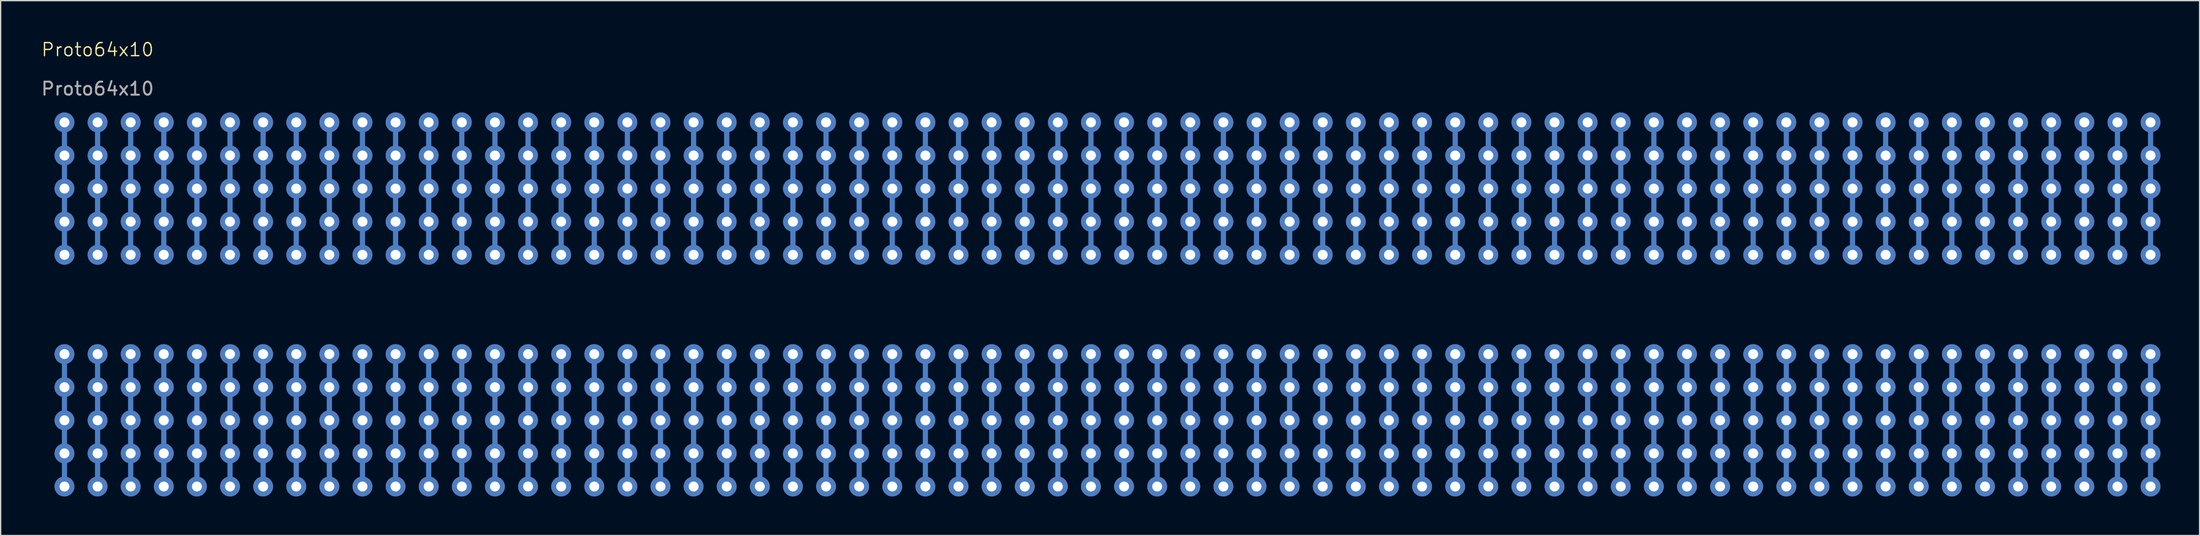
<source format=kicad_pcb>
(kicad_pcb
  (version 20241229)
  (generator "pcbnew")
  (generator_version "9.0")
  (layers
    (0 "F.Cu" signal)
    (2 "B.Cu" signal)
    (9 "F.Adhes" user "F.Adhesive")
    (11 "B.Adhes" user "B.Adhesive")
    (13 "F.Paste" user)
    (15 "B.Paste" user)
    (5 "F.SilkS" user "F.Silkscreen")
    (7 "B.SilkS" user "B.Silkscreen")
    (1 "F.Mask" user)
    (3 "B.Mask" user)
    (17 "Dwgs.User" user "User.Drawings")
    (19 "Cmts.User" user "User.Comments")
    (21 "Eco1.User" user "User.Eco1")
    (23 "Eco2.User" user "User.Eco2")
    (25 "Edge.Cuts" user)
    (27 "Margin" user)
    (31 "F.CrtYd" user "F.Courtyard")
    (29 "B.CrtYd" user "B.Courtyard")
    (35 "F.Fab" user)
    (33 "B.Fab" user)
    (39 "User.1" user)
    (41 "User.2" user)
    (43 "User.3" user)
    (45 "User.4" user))
  (footprint "Proto64x10"
    (layer "F.Cu")
    (at 4.435 1.26)
    (property "Reference" "Proto64x10" (at 0 -0.5 0) (unlocked yes) (layer "F.SilkS") (effects (font (size 1 1) (thickness 0.1))))
    (attr through_hole)
    (fp_line (start -2.54 5.08) (end -2.54 15.24) (stroke (width 0.4) (type default)) (layer "B.Cu"))
    (fp_line (start -2.54 22.86) (end -2.54 33.02) (stroke (width 0.4) (type default)) (layer "B.Cu"))
    (fp_line (start 0 5.08) (end 0 15.24) (stroke (width 0.4) (type default)) (layer "B.Cu"))
    (fp_line (start 0 22.86) (end 0 33.02) (stroke (width 0.4) (type default)) (layer "B.Cu"))
    (fp_line (start 2.54 5.08) (end 2.54 15.24) (stroke (width 0.4) (type default)) (layer "B.Cu"))
    (fp_line (start 2.54 22.86) (end 2.54 33.02) (stroke (width 0.4) (type default)) (layer "B.Cu"))
    (fp_line (start 5.08 5.08) (end 5.08 15.24) (stroke (width 0.4) (type default)) (layer "B.Cu"))
    (fp_line (start 5.08 22.86) (end 5.08 33.02) (stroke (width 0.4) (type default)) (layer "B.Cu"))
    (fp_line (start 7.62 5.08) (end 7.62 15.24) (stroke (width 0.4) (type default)) (layer "B.Cu"))
    (fp_line (start 7.62 22.86) (end 7.62 33.02) (stroke (width 0.4) (type default)) (layer "B.Cu"))
    (fp_line (start 10.16 5.08) (end 10.16 15.24) (stroke (width 0.4) (type default)) (layer "B.Cu"))
    (fp_line (start 10.16 22.86) (end 10.16 33.02) (stroke (width 0.4) (type default)) (layer "B.Cu"))
    (fp_line (start 12.7 5.08) (end 12.7 15.24) (stroke (width 0.4) (type default)) (layer "B.Cu"))
    (fp_line (start 12.7 22.86) (end 12.7 33.02) (stroke (width 0.4) (type default)) (layer "B.Cu"))
    (fp_line (start 15.24 5.08) (end 15.24 15.24) (stroke (width 0.4) (type default)) (layer "B.Cu"))
    (fp_line (start 15.24 22.86) (end 15.24 33.02) (stroke (width 0.4) (type default)) (layer "B.Cu"))
    (fp_line (start 17.78 5.08) (end 17.78 15.24) (stroke (width 0.4) (type default)) (layer "B.Cu"))
    (fp_line (start 17.78 22.86) (end 17.78 33.02) (stroke (width 0.4) (type default)) (layer "B.Cu"))
    (fp_line (start 20.32 5.08) (end 20.32 15.24) (stroke (width 0.4) (type default)) (layer "B.Cu"))
    (fp_line (start 20.32 22.86) (end 20.32 33.02) (stroke (width 0.4) (type default)) (layer "B.Cu"))
    (fp_line (start 22.86 5.08) (end 22.86 15.24) (stroke (width 0.4) (type default)) (layer "B.Cu"))
    (fp_line (start 22.86 22.86) (end 22.86 33.02) (stroke (width 0.4) (type default)) (layer "B.Cu"))
    (fp_line (start 25.4 5.08) (end 25.4 15.24) (stroke (width 0.4) (type default)) (layer "B.Cu"))
    (fp_line (start 25.4 22.86) (end 25.4 33.02) (stroke (width 0.4) (type default)) (layer "B.Cu"))
    (fp_line (start 27.94 5.08) (end 27.94 15.24) (stroke (width 0.4) (type default)) (layer "B.Cu"))
    (fp_line (start 27.94 22.86) (end 27.94 33.02) (stroke (width 0.4) (type default)) (layer "B.Cu"))
    (fp_line (start 30.48 5.08) (end 30.48 15.24) (stroke (width 0.4) (type default)) (layer "B.Cu"))
    (fp_line (start 30.48 22.86) (end 30.48 33.02) (stroke (width 0.4) (type default)) (layer "B.Cu"))
    (fp_line (start 33.02 5.08) (end 33.02 15.24) (stroke (width 0.4) (type default)) (layer "B.Cu"))
    (fp_line (start 33.02 22.86) (end 33.02 33.02) (stroke (width 0.4) (type default)) (layer "B.Cu"))
    (fp_line (start 35.56 5.08) (end 35.56 15.24) (stroke (width 0.4) (type default)) (layer "B.Cu"))
    (fp_line (start 35.56 22.86) (end 35.56 33.02) (stroke (width 0.4) (type default)) (layer "B.Cu"))
    (fp_line (start 38.1 5.08) (end 38.1 15.24) (stroke (width 0.4) (type default)) (layer "B.Cu"))
    (fp_line (start 38.1 22.86) (end 38.1 33.02) (stroke (width 0.4) (type default)) (layer "B.Cu"))
    (fp_line (start 40.64 5.08) (end 40.64 15.24) (stroke (width 0.4) (type default)) (layer "B.Cu"))
    (fp_line (start 40.64 22.86) (end 40.64 33.02) (stroke (width 0.4) (type default)) (layer "B.Cu"))
    (fp_line (start 43.18 5.08) (end 43.18 15.24) (stroke (width 0.4) (type default)) (layer "B.Cu"))
    (fp_line (start 43.18 22.86) (end 43.18 33.02) (stroke (width 0.4) (type default)) (layer "B.Cu"))
    (fp_line (start 45.72 5.08) (end 45.72 15.24) (stroke (width 0.4) (type default)) (layer "B.Cu"))
    (fp_line (start 45.72 22.86) (end 45.72 33.02) (stroke (width 0.4) (type default)) (layer "B.Cu"))
    (fp_line (start 48.26 5.08) (end 48.26 15.24) (stroke (width 0.4) (type default)) (layer "B.Cu"))
    (fp_line (start 48.26 22.86) (end 48.26 33.02) (stroke (width 0.4) (type default)) (layer "B.Cu"))
    (fp_line (start 50.8 5.08) (end 50.8 15.24) (stroke (width 0.4) (type default)) (layer "B.Cu"))
    (fp_line (start 50.8 22.86) (end 50.8 33.02) (stroke (width 0.4) (type default)) (layer "B.Cu"))
    (fp_line (start 53.34 5.08) (end 53.34 15.24) (stroke (width 0.4) (type default)) (layer "B.Cu"))
    (fp_line (start 53.34 22.86) (end 53.34 33.02) (stroke (width 0.4) (type default)) (layer "B.Cu"))
    (fp_line (start 55.88 5.08) (end 55.88 15.24) (stroke (width 0.4) (type default)) (layer "B.Cu"))
    (fp_line (start 55.88 22.86) (end 55.88 33.02) (stroke (width 0.4) (type default)) (layer "B.Cu"))
    (fp_line (start 58.42 5.08) (end 58.42 15.24) (stroke (width 0.4) (type default)) (layer "B.Cu"))
    (fp_line (start 58.42 22.86) (end 58.42 33.02) (stroke (width 0.4) (type default)) (layer "B.Cu"))
    (fp_line (start 60.96 5.08) (end 60.96 15.24) (stroke (width 0.4) (type default)) (layer "B.Cu"))
    (fp_line (start 60.96 22.86) (end 60.96 33.02) (stroke (width 0.4) (type default)) (layer "B.Cu"))
    (fp_line (start 63.5 5.08) (end 63.5 15.24) (stroke (width 0.4) (type default)) (layer "B.Cu"))
    (fp_line (start 63.5 22.86) (end 63.5 33.02) (stroke (width 0.4) (type default)) (layer "B.Cu"))
    (fp_line (start 66.04 5.08) (end 66.04 15.24) (stroke (width 0.4) (type default)) (layer "B.Cu"))
    (fp_line (start 66.04 22.86) (end 66.04 33.02) (stroke (width 0.4) (type default)) (layer "B.Cu"))
    (fp_line (start 68.58 5.08) (end 68.58 15.24) (stroke (width 0.4) (type default)) (layer "B.Cu"))
    (fp_line (start 68.58 22.86) (end 68.58 33.02) (stroke (width 0.4) (type default)) (layer "B.Cu"))
    (fp_line (start 71.12 5.08) (end 71.12 15.24) (stroke (width 0.4) (type default)) (layer "B.Cu"))
    (fp_line (start 71.12 22.86) (end 71.12 33.02) (stroke (width 0.4) (type default)) (layer "B.Cu"))
    (fp_line (start 73.66 5.08) (end 73.66 15.24) (stroke (width 0.4) (type default)) (layer "B.Cu"))
    (fp_line (start 73.66 22.86) (end 73.66 33.02) (stroke (width 0.4) (type default)) (layer "B.Cu"))
    (fp_line (start 76.2 5.08) (end 76.2 15.24) (stroke (width 0.4) (type default)) (layer "B.Cu"))
    (fp_line (start 76.2 22.86) (end 76.2 33.02) (stroke (width 0.4) (type default)) (layer "B.Cu"))
    (fp_line (start 78.74 5.08) (end 78.74 15.24) (stroke (width 0.4) (type default)) (layer "B.Cu"))
    (fp_line (start 78.74 22.86) (end 78.74 33.02) (stroke (width 0.4) (type default)) (layer "B.Cu"))
    (fp_line (start 81.28 5.08) (end 81.28 15.24) (stroke (width 0.4) (type default)) (layer "B.Cu"))
    (fp_line (start 81.28 22.86) (end 81.28 33.02) (stroke (width 0.4) (type default)) (layer "B.Cu"))
    (fp_line (start 83.82 5.08) (end 83.82 15.24) (stroke (width 0.4) (type default)) (layer "B.Cu"))
    (fp_line (start 83.82 22.86) (end 83.82 33.02) (stroke (width 0.4) (type default)) (layer "B.Cu"))
    (fp_line (start 86.36 5.08) (end 86.36 15.24) (stroke (width 0.4) (type default)) (layer "B.Cu"))
    (fp_line (start 86.36 22.86) (end 86.36 33.02) (stroke (width 0.4) (type default)) (layer "B.Cu"))
    (fp_line (start 88.9 5.08) (end 88.9 15.24) (stroke (width 0.4) (type default)) (layer "B.Cu"))
    (fp_line (start 88.9 22.86) (end 88.9 33.02) (stroke (width 0.4) (type default)) (layer "B.Cu"))
    (fp_line (start 91.44 5.08) (end 91.44 15.24) (stroke (width 0.4) (type default)) (layer "B.Cu"))
    (fp_line (start 91.44 22.86) (end 91.44 33.02) (stroke (width 0.4) (type default)) (layer "B.Cu"))
    (fp_line (start 93.98 5.08) (end 93.98 15.24) (stroke (width 0.4) (type default)) (layer "B.Cu"))
    (fp_line (start 93.98 22.86) (end 93.98 33.02) (stroke (width 0.4) (type default)) (layer "B.Cu"))
    (fp_line (start 96.52 5.08) (end 96.52 15.24) (stroke (width 0.4) (type default)) (layer "B.Cu"))
    (fp_line (start 96.52 22.86) (end 96.52 33.02) (stroke (width 0.4) (type default)) (layer "B.Cu"))
    (fp_line (start 99.06 5.08) (end 99.06 15.24) (stroke (width 0.4) (type default)) (layer "B.Cu"))
    (fp_line (start 99.06 22.86) (end 99.06 33.02) (stroke (width 0.4) (type default)) (layer "B.Cu"))
    (fp_line (start 101.6 5.08) (end 101.6 15.24) (stroke (width 0.4) (type default)) (layer "B.Cu"))
    (fp_line (start 101.6 22.86) (end 101.6 33.02) (stroke (width 0.4) (type default)) (layer "B.Cu"))
    (fp_line (start 104.14 5.08) (end 104.14 15.24) (stroke (width 0.4) (type default)) (layer "B.Cu"))
    (fp_line (start 104.14 22.86) (end 104.14 33.02) (stroke (width 0.4) (type default)) (layer "B.Cu"))
    (fp_line (start 106.68 5.08) (end 106.68 15.24) (stroke (width 0.4) (type default)) (layer "B.Cu"))
    (fp_line (start 106.68 22.86) (end 106.68 33.02) (stroke (width 0.4) (type default)) (layer "B.Cu"))
    (fp_line (start 109.22 5.08) (end 109.22 15.24) (stroke (width 0.4) (type default)) (layer "B.Cu"))
    (fp_line (start 109.22 22.86) (end 109.22 33.02) (stroke (width 0.4) (type default)) (layer "B.Cu"))
    (fp_line (start 111.76 5.08) (end 111.76 15.24) (stroke (width 0.4) (type default)) (layer "B.Cu"))
    (fp_line (start 111.76 22.86) (end 111.76 33.02) (stroke (width 0.4) (type default)) (layer "B.Cu"))
    (fp_line (start 114.3 5.08) (end 114.3 15.24) (stroke (width 0.4) (type default)) (layer "B.Cu"))
    (fp_line (start 114.3 22.86) (end 114.3 33.02) (stroke (width 0.4) (type default)) (layer "B.Cu"))
    (fp_line (start 116.84 5.08) (end 116.84 15.24) (stroke (width 0.4) (type default)) (layer "B.Cu"))
    (fp_line (start 116.84 22.86) (end 116.84 33.02) (stroke (width 0.4) (type default)) (layer "B.Cu"))
    (fp_line (start 119.38 5.08) (end 119.38 15.24) (stroke (width 0.4) (type default)) (layer "B.Cu"))
    (fp_line (start 119.38 22.86) (end 119.38 33.02) (stroke (width 0.4) (type default)) (layer "B.Cu"))
    (fp_line (start 121.92 5.08) (end 121.92 15.24) (stroke (width 0.4) (type default)) (layer "B.Cu"))
    (fp_line (start 121.92 22.86) (end 121.92 33.02) (stroke (width 0.4) (type default)) (layer "B.Cu"))
    (fp_line (start 124.46 5.08) (end 124.46 15.24) (stroke (width 0.4) (type default)) (layer "B.Cu"))
    (fp_line (start 124.46 22.86) (end 124.46 33.02) (stroke (width 0.4) (type default)) (layer "B.Cu"))
    (fp_line (start 127 5.08) (end 127 15.24) (stroke (width 0.4) (type default)) (layer "B.Cu"))
    (fp_line (start 127 22.86) (end 127 33.02) (stroke (width 0.4) (type default)) (layer "B.Cu"))
    (fp_line (start 129.54 5.08) (end 129.54 15.24) (stroke (width 0.4) (type default)) (layer "B.Cu"))
    (fp_line (start 129.54 22.86) (end 129.54 33.02) (stroke (width 0.4) (type default)) (layer "B.Cu"))
    (fp_line (start 132.08 5.08) (end 132.08 15.24) (stroke (width 0.4) (type default)) (layer "B.Cu"))
    (fp_line (start 132.08 22.86) (end 132.08 33.02) (stroke (width 0.4) (type default)) (layer "B.Cu"))
    (fp_line (start 134.62 5.08) (end 134.62 15.24) (stroke (width 0.4) (type default)) (layer "B.Cu"))
    (fp_line (start 134.62 22.86) (end 134.62 33.02) (stroke (width 0.4) (type default)) (layer "B.Cu"))
    (fp_line (start 137.16 5.08) (end 137.16 15.24) (stroke (width 0.4) (type default)) (layer "B.Cu"))
    (fp_line (start 137.16 22.86) (end 137.16 33.02) (stroke (width 0.4) (type default)) (layer "B.Cu"))
    (fp_line (start 139.7 5.08) (end 139.7 15.24) (stroke (width 0.4) (type default)) (layer "B.Cu"))
    (fp_line (start 139.7 22.86) (end 139.7 33.02) (stroke (width 0.4) (type default)) (layer "B.Cu"))
    (fp_line (start 142.24 5.08) (end 142.24 15.24) (stroke (width 0.4) (type default)) (layer "B.Cu"))
    (fp_line (start 142.24 22.86) (end 142.24 33.02) (stroke (width 0.4) (type default)) (layer "B.Cu"))
    (fp_line (start 144.78 5.08) (end 144.78 15.24) (stroke (width 0.4) (type default)) (layer "B.Cu"))
    (fp_line (start 144.78 22.86) (end 144.78 33.02) (stroke (width 0.4) (type default)) (layer "B.Cu"))
    (fp_line (start 147.32 5.08) (end 147.32 15.24) (stroke (width 0.4) (type default)) (layer "B.Cu"))
    (fp_line (start 147.32 22.86) (end 147.32 33.02) (stroke (width 0.4) (type default)) (layer "B.Cu"))
    (fp_line (start 149.86 5.08) (end 149.86 15.24) (stroke (width 0.4) (type default)) (layer "B.Cu"))
    (fp_line (start 149.86 22.86) (end 149.86 33.02) (stroke (width 0.4) (type default)) (layer "B.Cu"))
    (fp_line (start 152.4 5.08) (end 152.4 15.24) (stroke (width 0.4) (type default)) (layer "B.Cu"))
    (fp_line (start 152.4 22.86) (end 152.4 33.02) (stroke (width 0.4) (type default)) (layer "B.Cu"))
    (fp_line (start 154.94 5.08) (end 154.94 15.24) (stroke (width 0.4) (type default)) (layer "B.Cu"))
    (fp_line (start 154.94 22.86) (end 154.94 33.02) (stroke (width 0.4) (type default)) (layer "B.Cu"))
    (fp_line (start 157.48 5.08) (end 157.48 15.24) (stroke (width 0.4) (type default)) (layer "B.Cu"))
    (fp_line (start 157.48 22.86) (end 157.48 33.02) (stroke (width 0.4) (type default)) (layer "B.Cu"))
    (fp_text user "${REFERENCE}" (at 0 2.5 0) (unlocked yes) (layer "F.Fab") (effects (font (size 1 1) (thickness 0.15))))
    (pad "1A" thru_hole circle (at -2.54 5.08) (size 1.524 1.524) (drill 0.762) (layers "*.Cu" "*.Mask"))
    (pad "1B" thru_hole circle (at -2.54 7.62) (size 1.524 1.524) (drill 0.762) (layers "*.Cu" "*.Mask"))
    (pad "1C" thru_hole circle (at -2.54 10.16) (size 1.524 1.524) (drill 0.762) (layers "*.Cu" "*.Mask"))
    (pad "1D" thru_hole circle (at -2.54 12.7) (size 1.524 1.524) (drill 0.762) (layers "*.Cu" "*.Mask"))
    (pad "1E" thru_hole circle (at -2.54 15.24) (size 1.524 1.524) (drill 0.762) (layers "*.Cu" "*.Mask"))
    (pad "1F" thru_hole circle (at -2.54 22.86) (size 1.524 1.524) (drill 0.762) (layers "*.Cu" "*.Mask"))
    (pad "1G" thru_hole circle (at -2.54 25.4) (size 1.524 1.524) (drill 0.762) (layers "*.Cu" "*.Mask"))
    (pad "1H" thru_hole circle (at -2.54 27.94) (size 1.524 1.524) (drill 0.762) (layers "*.Cu" "*.Mask"))
    (pad "1J" thru_hole circle (at -2.54 30.48) (size 1.524 1.524) (drill 0.762) (layers "*.Cu" "*.Mask"))
    (pad "1K" thru_hole circle (at -2.54 33.02) (size 1.524 1.524) (drill 0.762) (layers "*.Cu" "*.Mask"))
    (pad "2A" thru_hole circle (at 0 5.08) (size 1.524 1.524) (drill 0.762) (layers "*.Cu" "*.Mask"))
    (pad "2B" thru_hole circle (at 0 7.62) (size 1.524 1.524) (drill 0.762) (layers "*.Cu" "*.Mask"))
    (pad "2C" thru_hole circle (at 0 10.16) (size 1.524 1.524) (drill 0.762) (layers "*.Cu" "*.Mask"))
    (pad "2D" thru_hole circle (at 0 12.7) (size 1.524 1.524) (drill 0.762) (layers "*.Cu" "*.Mask"))
    (pad "2E" thru_hole circle (at 0 15.24) (size 1.524 1.524) (drill 0.762) (layers "*.Cu" "*.Mask"))
    (pad "2F" thru_hole circle (at 0 22.86) (size 1.524 1.524) (drill 0.762) (layers "*.Cu" "*.Mask"))
    (pad "2G" thru_hole circle (at 0 25.4) (size 1.524 1.524) (drill 0.762) (layers "*.Cu" "*.Mask"))
    (pad "2H" thru_hole circle (at 0 27.94) (size 1.524 1.524) (drill 0.762) (layers "*.Cu" "*.Mask"))
    (pad "2J" thru_hole circle (at 0 30.48) (size 1.524 1.524) (drill 0.762) (layers "*.Cu" "*.Mask"))
    (pad "2K" thru_hole circle (at 0 33.02) (size 1.524 1.524) (drill 0.762) (layers "*.Cu" "*.Mask"))
    (pad "3A" thru_hole circle (at 2.54 5.08) (size 1.524 1.524) (drill 0.762) (layers "*.Cu" "*.Mask"))
    (pad "3B" thru_hole circle (at 2.54 7.62) (size 1.524 1.524) (drill 0.762) (layers "*.Cu" "*.Mask"))
    (pad "3C" thru_hole circle (at 2.54 10.16) (size 1.524 1.524) (drill 0.762) (layers "*.Cu" "*.Mask"))
    (pad "3D" thru_hole circle (at 2.54 12.7) (size 1.524 1.524) (drill 0.762) (layers "*.Cu" "*.Mask"))
    (pad "3E" thru_hole circle (at 2.54 15.24) (size 1.524 1.524) (drill 0.762) (layers "*.Cu" "*.Mask"))
    (pad "3F" thru_hole circle (at 2.54 22.86) (size 1.524 1.524) (drill 0.762) (layers "*.Cu" "*.Mask"))
    (pad "3G" thru_hole circle (at 2.54 25.4) (size 1.524 1.524) (drill 0.762) (layers "*.Cu" "*.Mask"))
    (pad "3H" thru_hole circle (at 2.54 27.94) (size 1.524 1.524) (drill 0.762) (layers "*.Cu" "*.Mask"))
    (pad "3J" thru_hole circle (at 2.54 30.48) (size 1.524 1.524) (drill 0.762) (layers "*.Cu" "*.Mask"))
    (pad "3K" thru_hole circle (at 2.54 33.02) (size 1.524 1.524) (drill 0.762) (layers "*.Cu" "*.Mask"))
    (pad "4A" thru_hole circle (at 5.08 5.08) (size 1.524 1.524) (drill 0.762) (layers "*.Cu" "*.Mask"))
    (pad "4B" thru_hole circle (at 5.08 7.62) (size 1.524 1.524) (drill 0.762) (layers "*.Cu" "*.Mask"))
    (pad "4C" thru_hole circle (at 5.08 10.16) (size 1.524 1.524) (drill 0.762) (layers "*.Cu" "*.Mask"))
    (pad "4D" thru_hole circle (at 5.08 12.7) (size 1.524 1.524) (drill 0.762) (layers "*.Cu" "*.Mask"))
    (pad "4E" thru_hole circle (at 5.08 15.24) (size 1.524 1.524) (drill 0.762) (layers "*.Cu" "*.Mask"))
    (pad "4F" thru_hole circle (at 5.08 22.86) (size 1.524 1.524) (drill 0.762) (layers "*.Cu" "*.Mask"))
    (pad "4G" thru_hole circle (at 5.08 25.4) (size 1.524 1.524) (drill 0.762) (layers "*.Cu" "*.Mask"))
    (pad "4H" thru_hole circle (at 5.08 27.94) (size 1.524 1.524) (drill 0.762) (layers "*.Cu" "*.Mask"))
    (pad "4J" thru_hole circle (at 5.08 30.48) (size 1.524 1.524) (drill 0.762) (layers "*.Cu" "*.Mask"))
    (pad "4K" thru_hole circle (at 5.08 33.02) (size 1.524 1.524) (drill 0.762) (layers "*.Cu" "*.Mask"))
    (pad "5A" thru_hole circle (at 7.62 5.08) (size 1.524 1.524) (drill 0.762) (layers "*.Cu" "*.Mask"))
    (pad "5B" thru_hole circle (at 7.62 7.62) (size 1.524 1.524) (drill 0.762) (layers "*.Cu" "*.Mask"))
    (pad "5C" thru_hole circle (at 7.62 10.16) (size 1.524 1.524) (drill 0.762) (layers "*.Cu" "*.Mask"))
    (pad "5D" thru_hole circle (at 7.62 12.7) (size 1.524 1.524) (drill 0.762) (layers "*.Cu" "*.Mask"))
    (pad "5E" thru_hole circle (at 7.62 15.24) (size 1.524 1.524) (drill 0.762) (layers "*.Cu" "*.Mask"))
    (pad "5F" thru_hole circle (at 7.62 22.86) (size 1.524 1.524) (drill 0.762) (layers "*.Cu" "*.Mask"))
    (pad "5G" thru_hole circle (at 7.62 25.4) (size 1.524 1.524) (drill 0.762) (layers "*.Cu" "*.Mask"))
    (pad "5H" thru_hole circle (at 7.62 27.94) (size 1.524 1.524) (drill 0.762) (layers "*.Cu" "*.Mask"))
    (pad "5J" thru_hole circle (at 7.62 30.48) (size 1.524 1.524) (drill 0.762) (layers "*.Cu" "*.Mask"))
    (pad "5K" thru_hole circle (at 7.62 33.02) (size 1.524 1.524) (drill 0.762) (layers "*.Cu" "*.Mask"))
    (pad "6A" thru_hole circle (at 10.16 5.08) (size 1.524 1.524) (drill 0.762) (layers "*.Cu" "*.Mask"))
    (pad "6B" thru_hole circle (at 10.16 7.62) (size 1.524 1.524) (drill 0.762) (layers "*.Cu" "*.Mask"))
    (pad "6C" thru_hole circle (at 10.16 10.16) (size 1.524 1.524) (drill 0.762) (layers "*.Cu" "*.Mask"))
    (pad "6D" thru_hole circle (at 10.16 12.7) (size 1.524 1.524) (drill 0.762) (layers "*.Cu" "*.Mask"))
    (pad "6E" thru_hole circle (at 10.16 15.24) (size 1.524 1.524) (drill 0.762) (layers "*.Cu" "*.Mask"))
    (pad "6F" thru_hole circle (at 10.16 22.86) (size 1.524 1.524) (drill 0.762) (layers "*.Cu" "*.Mask"))
    (pad "6G" thru_hole circle (at 10.16 25.4) (size 1.524 1.524) (drill 0.762) (layers "*.Cu" "*.Mask"))
    (pad "6H" thru_hole circle (at 10.16 27.94) (size 1.524 1.524) (drill 0.762) (layers "*.Cu" "*.Mask"))
    (pad "6J" thru_hole circle (at 10.16 30.48) (size 1.524 1.524) (drill 0.762) (layers "*.Cu" "*.Mask"))
    (pad "6K" thru_hole circle (at 10.16 33.02) (size 1.524 1.524) (drill 0.762) (layers "*.Cu" "*.Mask"))
    (pad "7A" thru_hole circle (at 12.7 5.08) (size 1.524 1.524) (drill 0.762) (layers "*.Cu" "*.Mask"))
    (pad "7B" thru_hole circle (at 12.7 7.62) (size 1.524 1.524) (drill 0.762) (layers "*.Cu" "*.Mask"))
    (pad "7C" thru_hole circle (at 12.7 10.16) (size 1.524 1.524) (drill 0.762) (layers "*.Cu" "*.Mask"))
    (pad "7D" thru_hole circle (at 12.7 12.7) (size 1.524 1.524) (drill 0.762) (layers "*.Cu" "*.Mask"))
    (pad "7E" thru_hole circle (at 12.7 15.24) (size 1.524 1.524) (drill 0.762) (layers "*.Cu" "*.Mask"))
    (pad "7F" thru_hole circle (at 12.7 22.86) (size 1.524 1.524) (drill 0.762) (layers "*.Cu" "*.Mask"))
    (pad "7G" thru_hole circle (at 12.7 25.4) (size 1.524 1.524) (drill 0.762) (layers "*.Cu" "*.Mask"))
    (pad "7H" thru_hole circle (at 12.7 27.94) (size 1.524 1.524) (drill 0.762) (layers "*.Cu" "*.Mask"))
    (pad "7J" thru_hole circle (at 12.7 30.48) (size 1.524 1.524) (drill 0.762) (layers "*.Cu" "*.Mask"))
    (pad "7K" thru_hole circle (at 12.7 33.02) (size 1.524 1.524) (drill 0.762) (layers "*.Cu" "*.Mask"))
    (pad "8A" thru_hole circle (at 15.24 5.08) (size 1.524 1.524) (drill 0.762) (layers "*.Cu" "*.Mask"))
    (pad "8B" thru_hole circle (at 15.24 7.62) (size 1.524 1.524) (drill 0.762) (layers "*.Cu" "*.Mask"))
    (pad "8C" thru_hole circle (at 15.24 10.16) (size 1.524 1.524) (drill 0.762) (layers "*.Cu" "*.Mask"))
    (pad "8D" thru_hole circle (at 15.24 12.7) (size 1.524 1.524) (drill 0.762) (layers "*.Cu" "*.Mask"))
    (pad "8E" thru_hole circle (at 15.24 15.24) (size 1.524 1.524) (drill 0.762) (layers "*.Cu" "*.Mask"))
    (pad "8F" thru_hole circle (at 15.24 22.86) (size 1.524 1.524) (drill 0.762) (layers "*.Cu" "*.Mask"))
    (pad "8G" thru_hole circle (at 15.24 25.4) (size 1.524 1.524) (drill 0.762) (layers "*.Cu" "*.Mask"))
    (pad "8H" thru_hole circle (at 15.24 27.94) (size 1.524 1.524) (drill 0.762) (layers "*.Cu" "*.Mask"))
    (pad "8J" thru_hole circle (at 15.24 30.48) (size 1.524 1.524) (drill 0.762) (layers "*.Cu" "*.Mask"))
    (pad "8K" thru_hole circle (at 15.24 33.02) (size 1.524 1.524) (drill 0.762) (layers "*.Cu" "*.Mask"))
    (pad "9A" thru_hole circle (at 17.78 5.08) (size 1.524 1.524) (drill 0.762) (layers "*.Cu" "*.Mask"))
    (pad "9B" thru_hole circle (at 17.78 7.62) (size 1.524 1.524) (drill 0.762) (layers "*.Cu" "*.Mask"))
    (pad "9C" thru_hole circle (at 17.78 10.16) (size 1.524 1.524) (drill 0.762) (layers "*.Cu" "*.Mask"))
    (pad "9D" thru_hole circle (at 17.78 12.7) (size 1.524 1.524) (drill 0.762) (layers "*.Cu" "*.Mask"))
    (pad "9E" thru_hole circle (at 17.78 15.24) (size 1.524 1.524) (drill 0.762) (layers "*.Cu" "*.Mask"))
    (pad "9F" thru_hole circle (at 17.78 22.86) (size 1.524 1.524) (drill 0.762) (layers "*.Cu" "*.Mask"))
    (pad "9G" thru_hole circle (at 17.78 25.4) (size 1.524 1.524) (drill 0.762) (layers "*.Cu" "*.Mask"))
    (pad "9H" thru_hole circle (at 17.78 27.94) (size 1.524 1.524) (drill 0.762) (layers "*.Cu" "*.Mask"))
    (pad "9J" thru_hole circle (at 17.78 30.48) (size 1.524 1.524) (drill 0.762) (layers "*.Cu" "*.Mask"))
    (pad "9K" thru_hole circle (at 17.78 33.02) (size 1.524 1.524) (drill 0.762) (layers "*.Cu" "*.Mask"))
    (pad "10A" thru_hole circle (at 20.32 5.08) (size 1.524 1.524) (drill 0.762) (layers "*.Cu" "*.Mask"))
    (pad "10B" thru_hole circle (at 20.32 7.62) (size 1.524 1.524) (drill 0.762) (layers "*.Cu" "*.Mask"))
    (pad "10C" thru_hole circle (at 20.32 10.16) (size 1.524 1.524) (drill 0.762) (layers "*.Cu" "*.Mask"))
    (pad "10D" thru_hole circle (at 20.32 12.7) (size 1.524 1.524) (drill 0.762) (layers "*.Cu" "*.Mask"))
    (pad "10E" thru_hole circle (at 20.32 15.24) (size 1.524 1.524) (drill 0.762) (layers "*.Cu" "*.Mask"))
    (pad "10F" thru_hole circle (at 20.32 22.86) (size 1.524 1.524) (drill 0.762) (layers "*.Cu" "*.Mask"))
    (pad "10G" thru_hole circle (at 20.32 25.4) (size 1.524 1.524) (drill 0.762) (layers "*.Cu" "*.Mask"))
    (pad "10H" thru_hole circle (at 20.32 27.94) (size 1.524 1.524) (drill 0.762) (layers "*.Cu" "*.Mask"))
    (pad "10J" thru_hole circle (at 20.32 30.48) (size 1.524 1.524) (drill 0.762) (layers "*.Cu" "*.Mask"))
    (pad "10K" thru_hole circle (at 20.32 33.02) (size 1.524 1.524) (drill 0.762) (layers "*.Cu" "*.Mask"))
    (pad "11A" thru_hole circle (at 22.86 5.08) (size 1.524 1.524) (drill 0.762) (layers "*.Cu" "*.Mask"))
    (pad "11B" thru_hole circle (at 22.86 7.62) (size 1.524 1.524) (drill 0.762) (layers "*.Cu" "*.Mask"))
    (pad "11C" thru_hole circle (at 22.86 10.16) (size 1.524 1.524) (drill 0.762) (layers "*.Cu" "*.Mask"))
    (pad "11D" thru_hole circle (at 22.86 12.7) (size 1.524 1.524) (drill 0.762) (layers "*.Cu" "*.Mask"))
    (pad "11E" thru_hole circle (at 22.86 15.24) (size 1.524 1.524) (drill 0.762) (layers "*.Cu" "*.Mask"))
    (pad "11F" thru_hole circle (at 22.86 22.86) (size 1.524 1.524) (drill 0.762) (layers "*.Cu" "*.Mask"))
    (pad "11G" thru_hole circle (at 22.86 25.4) (size 1.524 1.524) (drill 0.762) (layers "*.Cu" "*.Mask"))
    (pad "11H" thru_hole circle (at 22.86 27.94) (size 1.524 1.524) (drill 0.762) (layers "*.Cu" "*.Mask"))
    (pad "11J" thru_hole circle (at 22.86 30.48) (size 1.524 1.524) (drill 0.762) (layers "*.Cu" "*.Mask"))
    (pad "11K" thru_hole circle (at 22.86 33.02) (size 1.524 1.524) (drill 0.762) (layers "*.Cu" "*.Mask"))
    (pad "12A" thru_hole circle (at 25.4 5.08) (size 1.524 1.524) (drill 0.762) (layers "*.Cu" "*.Mask"))
    (pad "12B" thru_hole circle (at 25.4 7.62) (size 1.524 1.524) (drill 0.762) (layers "*.Cu" "*.Mask"))
    (pad "12C" thru_hole circle (at 25.4 10.16) (size 1.524 1.524) (drill 0.762) (layers "*.Cu" "*.Mask"))
    (pad "12D" thru_hole circle (at 25.4 12.7) (size 1.524 1.524) (drill 0.762) (layers "*.Cu" "*.Mask"))
    (pad "12E" thru_hole circle (at 25.4 15.24) (size 1.524 1.524) (drill 0.762) (layers "*.Cu" "*.Mask"))
    (pad "12F" thru_hole circle (at 25.4 22.86) (size 1.524 1.524) (drill 0.762) (layers "*.Cu" "*.Mask"))
    (pad "12G" thru_hole circle (at 25.4 25.4) (size 1.524 1.524) (drill 0.762) (layers "*.Cu" "*.Mask"))
    (pad "12H" thru_hole circle (at 25.4 27.94) (size 1.524 1.524) (drill 0.762) (layers "*.Cu" "*.Mask"))
    (pad "12J" thru_hole circle (at 25.4 30.48) (size 1.524 1.524) (drill 0.762) (layers "*.Cu" "*.Mask"))
    (pad "12K" thru_hole circle (at 25.4 33.02) (size 1.524 1.524) (drill 0.762) (layers "*.Cu" "*.Mask"))
    (pad "13A" thru_hole circle (at 27.94 5.08) (size 1.524 1.524) (drill 0.762) (layers "*.Cu" "*.Mask"))
    (pad "13B" thru_hole circle (at 27.94 7.62) (size 1.524 1.524) (drill 0.762) (layers "*.Cu" "*.Mask"))
    (pad "13C" thru_hole circle (at 27.94 10.16) (size 1.524 1.524) (drill 0.762) (layers "*.Cu" "*.Mask"))
    (pad "13D" thru_hole circle (at 27.94 12.7) (size 1.524 1.524) (drill 0.762) (layers "*.Cu" "*.Mask"))
    (pad "13E" thru_hole circle (at 27.94 15.24) (size 1.524 1.524) (drill 0.762) (layers "*.Cu" "*.Mask"))
    (pad "13F" thru_hole circle (at 27.94 22.86) (size 1.524 1.524) (drill 0.762) (layers "*.Cu" "*.Mask"))
    (pad "13G" thru_hole circle (at 27.94 25.4) (size 1.524 1.524) (drill 0.762) (layers "*.Cu" "*.Mask"))
    (pad "13H" thru_hole circle (at 27.94 27.94) (size 1.524 1.524) (drill 0.762) (layers "*.Cu" "*.Mask"))
    (pad "13J" thru_hole circle (at 27.94 30.48) (size 1.524 1.524) (drill 0.762) (layers "*.Cu" "*.Mask"))
    (pad "13K" thru_hole circle (at 27.94 33.02) (size 1.524 1.524) (drill 0.762) (layers "*.Cu" "*.Mask"))
    (pad "14A" thru_hole circle (at 30.48 5.08) (size 1.524 1.524) (drill 0.762) (layers "*.Cu" "*.Mask"))
    (pad "14B" thru_hole circle (at 30.48 7.62) (size 1.524 1.524) (drill 0.762) (layers "*.Cu" "*.Mask"))
    (pad "14C" thru_hole circle (at 30.48 10.16) (size 1.524 1.524) (drill 0.762) (layers "*.Cu" "*.Mask"))
    (pad "14D" thru_hole circle (at 30.48 12.7) (size 1.524 1.524) (drill 0.762) (layers "*.Cu" "*.Mask"))
    (pad "14E" thru_hole circle (at 30.48 15.24) (size 1.524 1.524) (drill 0.762) (layers "*.Cu" "*.Mask"))
    (pad "14F" thru_hole circle (at 30.48 22.86) (size 1.524 1.524) (drill 0.762) (layers "*.Cu" "*.Mask"))
    (pad "14G" thru_hole circle (at 30.48 25.4) (size 1.524 1.524) (drill 0.762) (layers "*.Cu" "*.Mask"))
    (pad "14H" thru_hole circle (at 30.48 27.94) (size 1.524 1.524) (drill 0.762) (layers "*.Cu" "*.Mask"))
    (pad "14J" thru_hole circle (at 30.48 30.48) (size 1.524 1.524) (drill 0.762) (layers "*.Cu" "*.Mask"))
    (pad "14K" thru_hole circle (at 30.48 33.02) (size 1.524 1.524) (drill 0.762) (layers "*.Cu" "*.Mask"))
    (pad "15A" thru_hole circle (at 33.02 5.08) (size 1.524 1.524) (drill 0.762) (layers "*.Cu" "*.Mask"))
    (pad "15B" thru_hole circle (at 33.02 7.62) (size 1.524 1.524) (drill 0.762) (layers "*.Cu" "*.Mask"))
    (pad "15C" thru_hole circle (at 33.02 10.16) (size 1.524 1.524) (drill 0.762) (layers "*.Cu" "*.Mask"))
    (pad "15D" thru_hole circle (at 33.02 12.7) (size 1.524 1.524) (drill 0.762) (layers "*.Cu" "*.Mask"))
    (pad "15E" thru_hole circle (at 33.02 15.24) (size 1.524 1.524) (drill 0.762) (layers "*.Cu" "*.Mask"))
    (pad "15F" thru_hole circle (at 33.02 22.86) (size 1.524 1.524) (drill 0.762) (layers "*.Cu" "*.Mask"))
    (pad "15G" thru_hole circle (at 33.02 25.4) (size 1.524 1.524) (drill 0.762) (layers "*.Cu" "*.Mask"))
    (pad "15H" thru_hole circle (at 33.02 27.94) (size 1.524 1.524) (drill 0.762) (layers "*.Cu" "*.Mask"))
    (pad "15J" thru_hole circle (at 33.02 30.48) (size 1.524 1.524) (drill 0.762) (layers "*.Cu" "*.Mask"))
    (pad "15K" thru_hole circle (at 33.02 33.02) (size 1.524 1.524) (drill 0.762) (layers "*.Cu" "*.Mask"))
    (pad "16A" thru_hole circle (at 35.56 5.08) (size 1.524 1.524) (drill 0.762) (layers "*.Cu" "*.Mask"))
    (pad "16B" thru_hole circle (at 35.56 7.62) (size 1.524 1.524) (drill 0.762) (layers "*.Cu" "*.Mask"))
    (pad "16C" thru_hole circle (at 35.56 10.16) (size 1.524 1.524) (drill 0.762) (layers "*.Cu" "*.Mask"))
    (pad "16D" thru_hole circle (at 35.56 12.7) (size 1.524 1.524) (drill 0.762) (layers "*.Cu" "*.Mask"))
    (pad "16E" thru_hole circle (at 35.56 15.24) (size 1.524 1.524) (drill 0.762) (layers "*.Cu" "*.Mask"))
    (pad "16F" thru_hole circle (at 35.56 22.86) (size 1.524 1.524) (drill 0.762) (layers "*.Cu" "*.Mask"))
    (pad "16G" thru_hole circle (at 35.56 25.4) (size 1.524 1.524) (drill 0.762) (layers "*.Cu" "*.Mask"))
    (pad "16H" thru_hole circle (at 35.56 27.94) (size 1.524 1.524) (drill 0.762) (layers "*.Cu" "*.Mask"))
    (pad "16J" thru_hole circle (at 35.56 30.48) (size 1.524 1.524) (drill 0.762) (layers "*.Cu" "*.Mask"))
    (pad "16K" thru_hole circle (at 35.56 33.02) (size 1.524 1.524) (drill 0.762) (layers "*.Cu" "*.Mask"))
    (pad "17A" thru_hole circle (at 38.1 5.08) (size 1.524 1.524) (drill 0.762) (layers "*.Cu" "*.Mask"))
    (pad "17B" thru_hole circle (at 38.1 7.62) (size 1.524 1.524) (drill 0.762) (layers "*.Cu" "*.Mask"))
    (pad "17C" thru_hole circle (at 38.1 10.16) (size 1.524 1.524) (drill 0.762) (layers "*.Cu" "*.Mask"))
    (pad "17D" thru_hole circle (at 38.1 12.7) (size 1.524 1.524) (drill 0.762) (layers "*.Cu" "*.Mask"))
    (pad "17E" thru_hole circle (at 38.1 15.24) (size 1.524 1.524) (drill 0.762) (layers "*.Cu" "*.Mask"))
    (pad "17F" thru_hole circle (at 38.1 22.86) (size 1.524 1.524) (drill 0.762) (layers "*.Cu" "*.Mask"))
    (pad "17G" thru_hole circle (at 38.1 25.4) (size 1.524 1.524) (drill 0.762) (layers "*.Cu" "*.Mask"))
    (pad "17H" thru_hole circle (at 38.1 27.94) (size 1.524 1.524) (drill 0.762) (layers "*.Cu" "*.Mask"))
    (pad "17J" thru_hole circle (at 38.1 30.48) (size 1.524 1.524) (drill 0.762) (layers "*.Cu" "*.Mask"))
    (pad "17K" thru_hole circle (at 38.1 33.02) (size 1.524 1.524) (drill 0.762) (layers "*.Cu" "*.Mask"))
    (pad "18A" thru_hole circle (at 40.64 5.08) (size 1.524 1.524) (drill 0.762) (layers "*.Cu" "*.Mask"))
    (pad "18B" thru_hole circle (at 40.64 7.62) (size 1.524 1.524) (drill 0.762) (layers "*.Cu" "*.Mask"))
    (pad "18C" thru_hole circle (at 40.64 10.16) (size 1.524 1.524) (drill 0.762) (layers "*.Cu" "*.Mask"))
    (pad "18D" thru_hole circle (at 40.64 12.7) (size 1.524 1.524) (drill 0.762) (layers "*.Cu" "*.Mask"))
    (pad "18E" thru_hole circle (at 40.64 15.24) (size 1.524 1.524) (drill 0.762) (layers "*.Cu" "*.Mask"))
    (pad "18F" thru_hole circle (at 40.64 22.86) (size 1.524 1.524) (drill 0.762) (layers "*.Cu" "*.Mask"))
    (pad "18G" thru_hole circle (at 40.64 25.4) (size 1.524 1.524) (drill 0.762) (layers "*.Cu" "*.Mask"))
    (pad "18H" thru_hole circle (at 40.64 27.94) (size 1.524 1.524) (drill 0.762) (layers "*.Cu" "*.Mask"))
    (pad "18J" thru_hole circle (at 40.64 30.48) (size 1.524 1.524) (drill 0.762) (layers "*.Cu" "*.Mask"))
    (pad "18K" thru_hole circle (at 40.64 33.02) (size 1.524 1.524) (drill 0.762) (layers "*.Cu" "*.Mask"))
    (pad "19A" thru_hole circle (at 43.18 5.08) (size 1.524 1.524) (drill 0.762) (layers "*.Cu" "*.Mask"))
    (pad "19B" thru_hole circle (at 43.18 7.62) (size 1.524 1.524) (drill 0.762) (layers "*.Cu" "*.Mask"))
    (pad "19C" thru_hole circle (at 43.18 10.16) (size 1.524 1.524) (drill 0.762) (layers "*.Cu" "*.Mask"))
    (pad "19D" thru_hole circle (at 43.18 12.7) (size 1.524 1.524) (drill 0.762) (layers "*.Cu" "*.Mask"))
    (pad "19E" thru_hole circle (at 43.18 15.24) (size 1.524 1.524) (drill 0.762) (layers "*.Cu" "*.Mask"))
    (pad "19F" thru_hole circle (at 43.18 22.86) (size 1.524 1.524) (drill 0.762) (layers "*.Cu" "*.Mask"))
    (pad "19G" thru_hole circle (at 43.18 25.4) (size 1.524 1.524) (drill 0.762) (layers "*.Cu" "*.Mask"))
    (pad "19H" thru_hole circle (at 43.18 27.94) (size 1.524 1.524) (drill 0.762) (layers "*.Cu" "*.Mask"))
    (pad "19J" thru_hole circle (at 43.18 30.48) (size 1.524 1.524) (drill 0.762) (layers "*.Cu" "*.Mask"))
    (pad "19K" thru_hole circle (at 43.18 33.02) (size 1.524 1.524) (drill 0.762) (layers "*.Cu" "*.Mask"))
    (pad "20A" thru_hole circle (at 45.72 5.08) (size 1.524 1.524) (drill 0.762) (layers "*.Cu" "*.Mask"))
    (pad "20B" thru_hole circle (at 45.72 7.62) (size 1.524 1.524) (drill 0.762) (layers "*.Cu" "*.Mask"))
    (pad "20C" thru_hole circle (at 45.72 10.16) (size 1.524 1.524) (drill 0.762) (layers "*.Cu" "*.Mask"))
    (pad "20D" thru_hole circle (at 45.72 12.7) (size 1.524 1.524) (drill 0.762) (layers "*.Cu" "*.Mask"))
    (pad "20E" thru_hole circle (at 45.72 15.24) (size 1.524 1.524) (drill 0.762) (layers "*.Cu" "*.Mask"))
    (pad "20F" thru_hole circle (at 45.72 22.86) (size 1.524 1.524) (drill 0.762) (layers "*.Cu" "*.Mask"))
    (pad "20G" thru_hole circle (at 45.72 25.4) (size 1.524 1.524) (drill 0.762) (layers "*.Cu" "*.Mask"))
    (pad "20H" thru_hole circle (at 45.72 27.94) (size 1.524 1.524) (drill 0.762) (layers "*.Cu" "*.Mask"))
    (pad "20J" thru_hole circle (at 45.72 30.48) (size 1.524 1.524) (drill 0.762) (layers "*.Cu" "*.Mask"))
    (pad "20K" thru_hole circle (at 45.72 33.02) (size 1.524 1.524) (drill 0.762) (layers "*.Cu" "*.Mask"))
    (pad "21A" thru_hole circle (at 48.26 5.08) (size 1.524 1.524) (drill 0.762) (layers "*.Cu" "*.Mask"))
    (pad "21B" thru_hole circle (at 48.26 7.62) (size 1.524 1.524) (drill 0.762) (layers "*.Cu" "*.Mask"))
    (pad "21C" thru_hole circle (at 48.26 10.16) (size 1.524 1.524) (drill 0.762) (layers "*.Cu" "*.Mask"))
    (pad "21D" thru_hole circle (at 48.26 12.7) (size 1.524 1.524) (drill 0.762) (layers "*.Cu" "*.Mask"))
    (pad "21E" thru_hole circle (at 48.26 15.24) (size 1.524 1.524) (drill 0.762) (layers "*.Cu" "*.Mask"))
    (pad "21F" thru_hole circle (at 48.26 22.86) (size 1.524 1.524) (drill 0.762) (layers "*.Cu" "*.Mask"))
    (pad "21G" thru_hole circle (at 48.26 25.4) (size 1.524 1.524) (drill 0.762) (layers "*.Cu" "*.Mask"))
    (pad "21H" thru_hole circle (at 48.26 27.94) (size 1.524 1.524) (drill 0.762) (layers "*.Cu" "*.Mask"))
    (pad "21J" thru_hole circle (at 48.26 30.48) (size 1.524 1.524) (drill 0.762) (layers "*.Cu" "*.Mask"))
    (pad "21K" thru_hole circle (at 48.26 33.02) (size 1.524 1.524) (drill 0.762) (layers "*.Cu" "*.Mask"))
    (pad "22A" thru_hole circle (at 50.8 5.08) (size 1.524 1.524) (drill 0.762) (layers "*.Cu" "*.Mask"))
    (pad "22B" thru_hole circle (at 50.8 7.62) (size 1.524 1.524) (drill 0.762) (layers "*.Cu" "*.Mask"))
    (pad "22C" thru_hole circle (at 50.8 10.16) (size 1.524 1.524) (drill 0.762) (layers "*.Cu" "*.Mask"))
    (pad "22D" thru_hole circle (at 50.8 12.7) (size 1.524 1.524) (drill 0.762) (layers "*.Cu" "*.Mask"))
    (pad "22E" thru_hole circle (at 50.8 15.24) (size 1.524 1.524) (drill 0.762) (layers "*.Cu" "*.Mask"))
    (pad "22F" thru_hole circle (at 50.8 22.86) (size 1.524 1.524) (drill 0.762) (layers "*.Cu" "*.Mask"))
    (pad "22G" thru_hole circle (at 50.8 25.4) (size 1.524 1.524) (drill 0.762) (layers "*.Cu" "*.Mask"))
    (pad "22H" thru_hole circle (at 50.8 27.94) (size 1.524 1.524) (drill 0.762) (layers "*.Cu" "*.Mask"))
    (pad "22J" thru_hole circle (at 50.8 30.48) (size 1.524 1.524) (drill 0.762) (layers "*.Cu" "*.Mask"))
    (pad "22K" thru_hole circle (at 50.8 33.02) (size 1.524 1.524) (drill 0.762) (layers "*.Cu" "*.Mask"))
    (pad "23A" thru_hole circle (at 53.34 5.08) (size 1.524 1.524) (drill 0.762) (layers "*.Cu" "*.Mask"))
    (pad "23B" thru_hole circle (at 53.34 7.62) (size 1.524 1.524) (drill 0.762) (layers "*.Cu" "*.Mask"))
    (pad "23C" thru_hole circle (at 53.34 10.16) (size 1.524 1.524) (drill 0.762) (layers "*.Cu" "*.Mask"))
    (pad "23D" thru_hole circle (at 53.34 12.7) (size 1.524 1.524) (drill 0.762) (layers "*.Cu" "*.Mask"))
    (pad "23E" thru_hole circle (at 53.34 15.24) (size 1.524 1.524) (drill 0.762) (layers "*.Cu" "*.Mask"))
    (pad "23F" thru_hole circle (at 53.34 22.86) (size 1.524 1.524) (drill 0.762) (layers "*.Cu" "*.Mask"))
    (pad "23G" thru_hole circle (at 53.34 25.4) (size 1.524 1.524) (drill 0.762) (layers "*.Cu" "*.Mask"))
    (pad "23H" thru_hole circle (at 53.34 27.94) (size 1.524 1.524) (drill 0.762) (layers "*.Cu" "*.Mask"))
    (pad "23J" thru_hole circle (at 53.34 30.48) (size 1.524 1.524) (drill 0.762) (layers "*.Cu" "*.Mask"))
    (pad "23K" thru_hole circle (at 53.34 33.02) (size 1.524 1.524) (drill 0.762) (layers "*.Cu" "*.Mask"))
    (pad "24A" thru_hole circle (at 55.88 5.08) (size 1.524 1.524) (drill 0.762) (layers "*.Cu" "*.Mask"))
    (pad "24B" thru_hole circle (at 55.88 7.62) (size 1.524 1.524) (drill 0.762) (layers "*.Cu" "*.Mask"))
    (pad "24C" thru_hole circle (at 55.88 10.16) (size 1.524 1.524) (drill 0.762) (layers "*.Cu" "*.Mask"))
    (pad "24D" thru_hole circle (at 55.88 12.7) (size 1.524 1.524) (drill 0.762) (layers "*.Cu" "*.Mask"))
    (pad "24E" thru_hole circle (at 55.88 15.24) (size 1.524 1.524) (drill 0.762) (layers "*.Cu" "*.Mask"))
    (pad "24F" thru_hole circle (at 55.88 22.86) (size 1.524 1.524) (drill 0.762) (layers "*.Cu" "*.Mask"))
    (pad "24G" thru_hole circle (at 55.88 25.4) (size 1.524 1.524) (drill 0.762) (layers "*.Cu" "*.Mask"))
    (pad "24H" thru_hole circle (at 55.88 27.94) (size 1.524 1.524) (drill 0.762) (layers "*.Cu" "*.Mask"))
    (pad "24J" thru_hole circle (at 55.88 30.48) (size 1.524 1.524) (drill 0.762) (layers "*.Cu" "*.Mask"))
    (pad "24K" thru_hole circle (at 55.88 33.02) (size 1.524 1.524) (drill 0.762) (layers "*.Cu" "*.Mask"))
    (pad "25A" thru_hole circle (at 58.42 5.08) (size 1.524 1.524) (drill 0.762) (layers "*.Cu" "*.Mask"))
    (pad "25B" thru_hole circle (at 58.42 7.62) (size 1.524 1.524) (drill 0.762) (layers "*.Cu" "*.Mask"))
    (pad "25C" thru_hole circle (at 58.42 10.16) (size 1.524 1.524) (drill 0.762) (layers "*.Cu" "*.Mask"))
    (pad "25D" thru_hole circle (at 58.42 12.7) (size 1.524 1.524) (drill 0.762) (layers "*.Cu" "*.Mask"))
    (pad "25E" thru_hole circle (at 58.42 15.24) (size 1.524 1.524) (drill 0.762) (layers "*.Cu" "*.Mask"))
    (pad "25F" thru_hole circle (at 58.42 22.86) (size 1.524 1.524) (drill 0.762) (layers "*.Cu" "*.Mask"))
    (pad "25G" thru_hole circle (at 58.42 25.4) (size 1.524 1.524) (drill 0.762) (layers "*.Cu" "*.Mask"))
    (pad "25H" thru_hole circle (at 58.42 27.94) (size 1.524 1.524) (drill 0.762) (layers "*.Cu" "*.Mask"))
    (pad "25J" thru_hole circle (at 58.42 30.48) (size 1.524 1.524) (drill 0.762) (layers "*.Cu" "*.Mask"))
    (pad "25K" thru_hole circle (at 58.42 33.02) (size 1.524 1.524) (drill 0.762) (layers "*.Cu" "*.Mask"))
    (pad "26A" thru_hole circle (at 60.96 5.08) (size 1.524 1.524) (drill 0.762) (layers "*.Cu" "*.Mask"))
    (pad "26B" thru_hole circle (at 60.96 7.62) (size 1.524 1.524) (drill 0.762) (layers "*.Cu" "*.Mask"))
    (pad "26C" thru_hole circle (at 60.96 10.16) (size 1.524 1.524) (drill 0.762) (layers "*.Cu" "*.Mask"))
    (pad "26D" thru_hole circle (at 60.96 12.7) (size 1.524 1.524) (drill 0.762) (layers "*.Cu" "*.Mask"))
    (pad "26E" thru_hole circle (at 60.96 15.24) (size 1.524 1.524) (drill 0.762) (layers "*.Cu" "*.Mask"))
    (pad "26F" thru_hole circle (at 60.96 22.86) (size 1.524 1.524) (drill 0.762) (layers "*.Cu" "*.Mask"))
    (pad "26G" thru_hole circle (at 60.96 25.4) (size 1.524 1.524) (drill 0.762) (layers "*.Cu" "*.Mask"))
    (pad "26H" thru_hole circle (at 60.96 27.94) (size 1.524 1.524) (drill 0.762) (layers "*.Cu" "*.Mask"))
    (pad "26J" thru_hole circle (at 60.96 30.48) (size 1.524 1.524) (drill 0.762) (layers "*.Cu" "*.Mask"))
    (pad "26K" thru_hole circle (at 60.96 33.02) (size 1.524 1.524) (drill 0.762) (layers "*.Cu" "*.Mask"))
    (pad "27A" thru_hole circle (at 63.5 5.08) (size 1.524 1.524) (drill 0.762) (layers "*.Cu" "*.Mask"))
    (pad "27B" thru_hole circle (at 63.5 7.62) (size 1.524 1.524) (drill 0.762) (layers "*.Cu" "*.Mask"))
    (pad "27C" thru_hole circle (at 63.5 10.16) (size 1.524 1.524) (drill 0.762) (layers "*.Cu" "*.Mask"))
    (pad "27D" thru_hole circle (at 63.5 12.7) (size 1.524 1.524) (drill 0.762) (layers "*.Cu" "*.Mask"))
    (pad "27E" thru_hole circle (at 63.5 15.24) (size 1.524 1.524) (drill 0.762) (layers "*.Cu" "*.Mask"))
    (pad "27F" thru_hole circle (at 63.5 22.86) (size 1.524 1.524) (drill 0.762) (layers "*.Cu" "*.Mask"))
    (pad "27G" thru_hole circle (at 63.5 25.4) (size 1.524 1.524) (drill 0.762) (layers "*.Cu" "*.Mask"))
    (pad "27H" thru_hole circle (at 63.5 27.94) (size 1.524 1.524) (drill 0.762) (layers "*.Cu" "*.Mask"))
    (pad "27J" thru_hole circle (at 63.5 30.48) (size 1.524 1.524) (drill 0.762) (layers "*.Cu" "*.Mask"))
    (pad "27K" thru_hole circle (at 63.5 33.02) (size 1.524 1.524) (drill 0.762) (layers "*.Cu" "*.Mask"))
    (pad "28A" thru_hole circle (at 66.04 5.08) (size 1.524 1.524) (drill 0.762) (layers "*.Cu" "*.Mask"))
    (pad "28B" thru_hole circle (at 66.04 7.62) (size 1.524 1.524) (drill 0.762) (layers "*.Cu" "*.Mask"))
    (pad "28C" thru_hole circle (at 66.04 10.16) (size 1.524 1.524) (drill 0.762) (layers "*.Cu" "*.Mask"))
    (pad "28D" thru_hole circle (at 66.04 12.7) (size 1.524 1.524) (drill 0.762) (layers "*.Cu" "*.Mask"))
    (pad "28E" thru_hole circle (at 66.04 15.24) (size 1.524 1.524) (drill 0.762) (layers "*.Cu" "*.Mask"))
    (pad "28F" thru_hole circle (at 66.04 22.86) (size 1.524 1.524) (drill 0.762) (layers "*.Cu" "*.Mask"))
    (pad "28G" thru_hole circle (at 66.04 25.4) (size 1.524 1.524) (drill 0.762) (layers "*.Cu" "*.Mask"))
    (pad "28H" thru_hole circle (at 66.04 27.94) (size 1.524 1.524) (drill 0.762) (layers "*.Cu" "*.Mask"))
    (pad "28J" thru_hole circle (at 66.04 30.48) (size 1.524 1.524) (drill 0.762) (layers "*.Cu" "*.Mask"))
    (pad "28K" thru_hole circle (at 66.04 33.02) (size 1.524 1.524) (drill 0.762) (layers "*.Cu" "*.Mask"))
    (pad "29A" thru_hole circle (at 68.58 5.08) (size 1.524 1.524) (drill 0.762) (layers "*.Cu" "*.Mask"))
    (pad "29B" thru_hole circle (at 68.58 7.62) (size 1.524 1.524) (drill 0.762) (layers "*.Cu" "*.Mask"))
    (pad "29C" thru_hole circle (at 68.58 10.16) (size 1.524 1.524) (drill 0.762) (layers "*.Cu" "*.Mask"))
    (pad "29D" thru_hole circle (at 68.58 12.7) (size 1.524 1.524) (drill 0.762) (layers "*.Cu" "*.Mask"))
    (pad "29E" thru_hole circle (at 68.58 15.24) (size 1.524 1.524) (drill 0.762) (layers "*.Cu" "*.Mask"))
    (pad "29F" thru_hole circle (at 68.58 22.86) (size 1.524 1.524) (drill 0.762) (layers "*.Cu" "*.Mask"))
    (pad "29G" thru_hole circle (at 68.58 25.4) (size 1.524 1.524) (drill 0.762) (layers "*.Cu" "*.Mask"))
    (pad "29H" thru_hole circle (at 68.58 27.94) (size 1.524 1.524) (drill 0.762) (layers "*.Cu" "*.Mask"))
    (pad "29J" thru_hole circle (at 68.58 30.48) (size 1.524 1.524) (drill 0.762) (layers "*.Cu" "*.Mask"))
    (pad "29K" thru_hole circle (at 68.58 33.02) (size 1.524 1.524) (drill 0.762) (layers "*.Cu" "*.Mask"))
    (pad "30A" thru_hole circle (at 71.12 5.08) (size 1.524 1.524) (drill 0.762) (layers "*.Cu" "*.Mask"))
    (pad "30B" thru_hole circle (at 71.12 7.62) (size 1.524 1.524) (drill 0.762) (layers "*.Cu" "*.Mask"))
    (pad "30C" thru_hole circle (at 71.12 10.16) (size 1.524 1.524) (drill 0.762) (layers "*.Cu" "*.Mask"))
    (pad "30D" thru_hole circle (at 71.12 12.7) (size 1.524 1.524) (drill 0.762) (layers "*.Cu" "*.Mask"))
    (pad "30E" thru_hole circle (at 71.12 15.24) (size 1.524 1.524) (drill 0.762) (layers "*.Cu" "*.Mask"))
    (pad "30F" thru_hole circle (at 71.12 22.86) (size 1.524 1.524) (drill 0.762) (layers "*.Cu" "*.Mask"))
    (pad "30G" thru_hole circle (at 71.12 25.4) (size 1.524 1.524) (drill 0.762) (layers "*.Cu" "*.Mask"))
    (pad "30H" thru_hole circle (at 71.12 27.94) (size 1.524 1.524) (drill 0.762) (layers "*.Cu" "*.Mask"))
    (pad "30J" thru_hole circle (at 71.12 30.48) (size 1.524 1.524) (drill 0.762) (layers "*.Cu" "*.Mask"))
    (pad "30K" thru_hole circle (at 71.12 33.02) (size 1.524 1.524) (drill 0.762) (layers "*.Cu" "*.Mask"))
    (pad "31A" thru_hole circle (at 73.66 5.08) (size 1.524 1.524) (drill 0.762) (layers "*.Cu" "*.Mask"))
    (pad "31B" thru_hole circle (at 73.66 7.62) (size 1.524 1.524) (drill 0.762) (layers "*.Cu" "*.Mask"))
    (pad "31C" thru_hole circle (at 73.66 10.16) (size 1.524 1.524) (drill 0.762) (layers "*.Cu" "*.Mask"))
    (pad "31D" thru_hole circle (at 73.66 12.7) (size 1.524 1.524) (drill 0.762) (layers "*.Cu" "*.Mask"))
    (pad "31E" thru_hole circle (at 73.66 15.24) (size 1.524 1.524) (drill 0.762) (layers "*.Cu" "*.Mask"))
    (pad "31F" thru_hole circle (at 73.66 22.86) (size 1.524 1.524) (drill 0.762) (layers "*.Cu" "*.Mask"))
    (pad "31G" thru_hole circle (at 73.66 25.4) (size 1.524 1.524) (drill 0.762) (layers "*.Cu" "*.Mask"))
    (pad "31H" thru_hole circle (at 73.66 27.94) (size 1.524 1.524) (drill 0.762) (layers "*.Cu" "*.Mask"))
    (pad "31J" thru_hole circle (at 73.66 30.48) (size 1.524 1.524) (drill 0.762) (layers "*.Cu" "*.Mask"))
    (pad "31K" thru_hole circle (at 73.66 33.02) (size 1.524 1.524) (drill 0.762) (layers "*.Cu" "*.Mask"))
    (pad "32A" thru_hole circle (at 76.2 5.08) (size 1.524 1.524) (drill 0.762) (layers "*.Cu" "*.Mask"))
    (pad "32B" thru_hole circle (at 76.2 7.62) (size 1.524 1.524) (drill 0.762) (layers "*.Cu" "*.Mask"))
    (pad "32C" thru_hole circle (at 76.2 10.16) (size 1.524 1.524) (drill 0.762) (layers "*.Cu" "*.Mask"))
    (pad "32D" thru_hole circle (at 76.2 12.7) (size 1.524 1.524) (drill 0.762) (layers "*.Cu" "*.Mask"))
    (pad "32E" thru_hole circle (at 76.2 15.24) (size 1.524 1.524) (drill 0.762) (layers "*.Cu" "*.Mask"))
    (pad "32F" thru_hole circle (at 76.2 22.86) (size 1.524 1.524) (drill 0.762) (layers "*.Cu" "*.Mask"))
    (pad "32G" thru_hole circle (at 76.2 25.4) (size 1.524 1.524) (drill 0.762) (layers "*.Cu" "*.Mask"))
    (pad "32H" thru_hole circle (at 76.2 27.94) (size 1.524 1.524) (drill 0.762) (layers "*.Cu" "*.Mask"))
    (pad "32J" thru_hole circle (at 76.2 30.48) (size 1.524 1.524) (drill 0.762) (layers "*.Cu" "*.Mask"))
    (pad "32K" thru_hole circle (at 76.2 33.02) (size 1.524 1.524) (drill 0.762) (layers "*.Cu" "*.Mask"))
    (pad "33A" thru_hole circle (at 78.74 5.08) (size 1.524 1.524) (drill 0.762) (layers "*.Cu" "*.Mask"))
    (pad "33B" thru_hole circle (at 78.74 7.62) (size 1.524 1.524) (drill 0.762) (layers "*.Cu" "*.Mask"))
    (pad "33C" thru_hole circle (at 78.74 10.16) (size 1.524 1.524) (drill 0.762) (layers "*.Cu" "*.Mask"))
    (pad "33D" thru_hole circle (at 78.74 12.7) (size 1.524 1.524) (drill 0.762) (layers "*.Cu" "*.Mask"))
    (pad "33E" thru_hole circle (at 78.74 15.24) (size 1.524 1.524) (drill 0.762) (layers "*.Cu" "*.Mask"))
    (pad "33F" thru_hole circle (at 78.74 22.86) (size 1.524 1.524) (drill 0.762) (layers "*.Cu" "*.Mask"))
    (pad "33G" thru_hole circle (at 78.74 25.4) (size 1.524 1.524) (drill 0.762) (layers "*.Cu" "*.Mask"))
    (pad "33H" thru_hole circle (at 78.74 27.94) (size 1.524 1.524) (drill 0.762) (layers "*.Cu" "*.Mask"))
    (pad "33J" thru_hole circle (at 78.74 30.48) (size 1.524 1.524) (drill 0.762) (layers "*.Cu" "*.Mask"))
    (pad "33K" thru_hole circle (at 78.74 33.02) (size 1.524 1.524) (drill 0.762) (layers "*.Cu" "*.Mask"))
    (pad "34A" thru_hole circle (at 81.28 5.08) (size 1.524 1.524) (drill 0.762) (layers "*.Cu" "*.Mask"))
    (pad "34B" thru_hole circle (at 81.28 7.62) (size 1.524 1.524) (drill 0.762) (layers "*.Cu" "*.Mask"))
    (pad "34C" thru_hole circle (at 81.28 10.16) (size 1.524 1.524) (drill 0.762) (layers "*.Cu" "*.Mask"))
    (pad "34D" thru_hole circle (at 81.28 12.7) (size 1.524 1.524) (drill 0.762) (layers "*.Cu" "*.Mask"))
    (pad "34E" thru_hole circle (at 81.28 15.24) (size 1.524 1.524) (drill 0.762) (layers "*.Cu" "*.Mask"))
    (pad "34F" thru_hole circle (at 81.28 22.86) (size 1.524 1.524) (drill 0.762) (layers "*.Cu" "*.Mask"))
    (pad "34G" thru_hole circle (at 81.28 25.4) (size 1.524 1.524) (drill 0.762) (layers "*.Cu" "*.Mask"))
    (pad "34H" thru_hole circle (at 81.28 27.94) (size 1.524 1.524) (drill 0.762) (layers "*.Cu" "*.Mask"))
    (pad "34J" thru_hole circle (at 81.28 30.48) (size 1.524 1.524) (drill 0.762) (layers "*.Cu" "*.Mask"))
    (pad "34K" thru_hole circle (at 81.28 33.02) (size 1.524 1.524) (drill 0.762) (layers "*.Cu" "*.Mask"))
    (pad "35A" thru_hole circle (at 83.82 5.08) (size 1.524 1.524) (drill 0.762) (layers "*.Cu" "*.Mask"))
    (pad "35B" thru_hole circle (at 83.82 7.62) (size 1.524 1.524) (drill 0.762) (layers "*.Cu" "*.Mask"))
    (pad "35C" thru_hole circle (at 83.82 10.16) (size 1.524 1.524) (drill 0.762) (layers "*.Cu" "*.Mask"))
    (pad "35D" thru_hole circle (at 83.82 12.7) (size 1.524 1.524) (drill 0.762) (layers "*.Cu" "*.Mask"))
    (pad "35E" thru_hole circle (at 83.82 15.24) (size 1.524 1.524) (drill 0.762) (layers "*.Cu" "*.Mask"))
    (pad "35F" thru_hole circle (at 83.82 22.86) (size 1.524 1.524) (drill 0.762) (layers "*.Cu" "*.Mask"))
    (pad "35G" thru_hole circle (at 83.82 25.4) (size 1.524 1.524) (drill 0.762) (layers "*.Cu" "*.Mask"))
    (pad "35H" thru_hole circle (at 83.82 27.94) (size 1.524 1.524) (drill 0.762) (layers "*.Cu" "*.Mask"))
    (pad "35J" thru_hole circle (at 83.82 30.48) (size 1.524 1.524) (drill 0.762) (layers "*.Cu" "*.Mask"))
    (pad "35K" thru_hole circle (at 83.82 33.02) (size 1.524 1.524) (drill 0.762) (layers "*.Cu" "*.Mask"))
    (pad "36A" thru_hole circle (at 86.36 5.08) (size 1.524 1.524) (drill 0.762) (layers "*.Cu" "*.Mask"))
    (pad "36B" thru_hole circle (at 86.36 7.62) (size 1.524 1.524) (drill 0.762) (layers "*.Cu" "*.Mask"))
    (pad "36C" thru_hole circle (at 86.36 10.16) (size 1.524 1.524) (drill 0.762) (layers "*.Cu" "*.Mask"))
    (pad "36D" thru_hole circle (at 86.36 12.7) (size 1.524 1.524) (drill 0.762) (layers "*.Cu" "*.Mask"))
    (pad "36E" thru_hole circle (at 86.36 15.24) (size 1.524 1.524) (drill 0.762) (layers "*.Cu" "*.Mask"))
    (pad "36F" thru_hole circle (at 86.36 22.86) (size 1.524 1.524) (drill 0.762) (layers "*.Cu" "*.Mask"))
    (pad "36G" thru_hole circle (at 86.36 25.4) (size 1.524 1.524) (drill 0.762) (layers "*.Cu" "*.Mask"))
    (pad "36H" thru_hole circle (at 86.36 27.94) (size 1.524 1.524) (drill 0.762) (layers "*.Cu" "*.Mask"))
    (pad "36J" thru_hole circle (at 86.36 30.48) (size 1.524 1.524) (drill 0.762) (layers "*.Cu" "*.Mask"))
    (pad "36K" thru_hole circle (at 86.36 33.02) (size 1.524 1.524) (drill 0.762) (layers "*.Cu" "*.Mask"))
    (pad "37A" thru_hole circle (at 88.9 5.08) (size 1.524 1.524) (drill 0.762) (layers "*.Cu" "*.Mask"))
    (pad "37B" thru_hole circle (at 88.9 7.62) (size 1.524 1.524) (drill 0.762) (layers "*.Cu" "*.Mask"))
    (pad "37C" thru_hole circle (at 88.9 10.16) (size 1.524 1.524) (drill 0.762) (layers "*.Cu" "*.Mask"))
    (pad "37D" thru_hole circle (at 88.9 12.7) (size 1.524 1.524) (drill 0.762) (layers "*.Cu" "*.Mask"))
    (pad "37E" thru_hole circle (at 88.9 15.24) (size 1.524 1.524) (drill 0.762) (layers "*.Cu" "*.Mask"))
    (pad "37F" thru_hole circle (at 88.9 22.86) (size 1.524 1.524) (drill 0.762) (layers "*.Cu" "*.Mask"))
    (pad "37G" thru_hole circle (at 88.9 25.4) (size 1.524 1.524) (drill 0.762) (layers "*.Cu" "*.Mask"))
    (pad "37H" thru_hole circle (at 88.9 27.94) (size 1.524 1.524) (drill 0.762) (layers "*.Cu" "*.Mask"))
    (pad "37J" thru_hole circle (at 88.9 30.48) (size 1.524 1.524) (drill 0.762) (layers "*.Cu" "*.Mask"))
    (pad "37K" thru_hole circle (at 88.9 33.02) (size 1.524 1.524) (drill 0.762) (layers "*.Cu" "*.Mask"))
    (pad "38A" thru_hole circle (at 91.44 5.08) (size 1.524 1.524) (drill 0.762) (layers "*.Cu" "*.Mask"))
    (pad "38B" thru_hole circle (at 91.44 7.62) (size 1.524 1.524) (drill 0.762) (layers "*.Cu" "*.Mask"))
    (pad "38C" thru_hole circle (at 91.44 10.16) (size 1.524 1.524) (drill 0.762) (layers "*.Cu" "*.Mask"))
    (pad "38D" thru_hole circle (at 91.44 12.7) (size 1.524 1.524) (drill 0.762) (layers "*.Cu" "*.Mask"))
    (pad "38E" thru_hole circle (at 91.44 15.24) (size 1.524 1.524) (drill 0.762) (layers "*.Cu" "*.Mask"))
    (pad "38F" thru_hole circle (at 91.44 22.86) (size 1.524 1.524) (drill 0.762) (layers "*.Cu" "*.Mask"))
    (pad "38G" thru_hole circle (at 91.44 25.4) (size 1.524 1.524) (drill 0.762) (layers "*.Cu" "*.Mask"))
    (pad "38H" thru_hole circle (at 91.44 27.94) (size 1.524 1.524) (drill 0.762) (layers "*.Cu" "*.Mask"))
    (pad "38J" thru_hole circle (at 91.44 30.48) (size 1.524 1.524) (drill 0.762) (layers "*.Cu" "*.Mask"))
    (pad "38K" thru_hole circle (at 91.44 33.02) (size 1.524 1.524) (drill 0.762) (layers "*.Cu" "*.Mask"))
    (pad "39A" thru_hole circle (at 93.98 5.08) (size 1.524 1.524) (drill 0.762) (layers "*.Cu" "*.Mask"))
    (pad "39B" thru_hole circle (at 93.98 7.62) (size 1.524 1.524) (drill 0.762) (layers "*.Cu" "*.Mask"))
    (pad "39C" thru_hole circle (at 93.98 10.16) (size 1.524 1.524) (drill 0.762) (layers "*.Cu" "*.Mask"))
    (pad "39D" thru_hole circle (at 93.98 12.7) (size 1.524 1.524) (drill 0.762) (layers "*.Cu" "*.Mask"))
    (pad "39E" thru_hole circle (at 93.98 15.24) (size 1.524 1.524) (drill 0.762) (layers "*.Cu" "*.Mask"))
    (pad "39F" thru_hole circle (at 93.98 22.86) (size 1.524 1.524) (drill 0.762) (layers "*.Cu" "*.Mask"))
    (pad "39G" thru_hole circle (at 93.98 25.4) (size 1.524 1.524) (drill 0.762) (layers "*.Cu" "*.Mask"))
    (pad "39H" thru_hole circle (at 93.98 27.94) (size 1.524 1.524) (drill 0.762) (layers "*.Cu" "*.Mask"))
    (pad "39J" thru_hole circle (at 93.98 30.48) (size 1.524 1.524) (drill 0.762) (layers "*.Cu" "*.Mask"))
    (pad "39K" thru_hole circle (at 93.98 33.02) (size 1.524 1.524) (drill 0.762) (layers "*.Cu" "*.Mask"))
    (pad "40A" thru_hole circle (at 96.52 5.08) (size 1.524 1.524) (drill 0.762) (layers "*.Cu" "*.Mask"))
    (pad "40B" thru_hole circle (at 96.52 7.62) (size 1.524 1.524) (drill 0.762) (layers "*.Cu" "*.Mask"))
    (pad "40C" thru_hole circle (at 96.52 10.16) (size 1.524 1.524) (drill 0.762) (layers "*.Cu" "*.Mask"))
    (pad "40D" thru_hole circle (at 96.52 12.7) (size 1.524 1.524) (drill 0.762) (layers "*.Cu" "*.Mask"))
    (pad "40E" thru_hole circle (at 96.52 15.24) (size 1.524 1.524) (drill 0.762) (layers "*.Cu" "*.Mask"))
    (pad "40F" thru_hole circle (at 96.52 22.86) (size 1.524 1.524) (drill 0.762) (layers "*.Cu" "*.Mask"))
    (pad "40G" thru_hole circle (at 96.52 25.4) (size 1.524 1.524) (drill 0.762) (layers "*.Cu" "*.Mask"))
    (pad "40H" thru_hole circle (at 96.52 27.94) (size 1.524 1.524) (drill 0.762) (layers "*.Cu" "*.Mask"))
    (pad "40J" thru_hole circle (at 96.52 30.48) (size 1.524 1.524) (drill 0.762) (layers "*.Cu" "*.Mask"))
    (pad "40K" thru_hole circle (at 96.52 33.02) (size 1.524 1.524) (drill 0.762) (layers "*.Cu" "*.Mask"))
    (pad "41A" thru_hole circle (at 99.06 5.08) (size 1.524 1.524) (drill 0.762) (layers "*.Cu" "*.Mask"))
    (pad "41B" thru_hole circle (at 99.06 7.62) (size 1.524 1.524) (drill 0.762) (layers "*.Cu" "*.Mask"))
    (pad "41C" thru_hole circle (at 99.06 10.16) (size 1.524 1.524) (drill 0.762) (layers "*.Cu" "*.Mask"))
    (pad "41D" thru_hole circle (at 99.06 12.7) (size 1.524 1.524) (drill 0.762) (layers "*.Cu" "*.Mask"))
    (pad "41E" thru_hole circle (at 99.06 15.24) (size 1.524 1.524) (drill 0.762) (layers "*.Cu" "*.Mask"))
    (pad "41F" thru_hole circle (at 99.06 22.86) (size 1.524 1.524) (drill 0.762) (layers "*.Cu" "*.Mask"))
    (pad "41G" thru_hole circle (at 99.06 25.4) (size 1.524 1.524) (drill 0.762) (layers "*.Cu" "*.Mask"))
    (pad "41H" thru_hole circle (at 99.06 27.94) (size 1.524 1.524) (drill 0.762) (layers "*.Cu" "*.Mask"))
    (pad "41J" thru_hole circle (at 99.06 30.48) (size 1.524 1.524) (drill 0.762) (layers "*.Cu" "*.Mask"))
    (pad "41K" thru_hole circle (at 99.06 33.02) (size 1.524 1.524) (drill 0.762) (layers "*.Cu" "*.Mask"))
    (pad "42A" thru_hole circle (at 101.6 5.08) (size 1.524 1.524) (drill 0.762) (layers "*.Cu" "*.Mask"))
    (pad "42B" thru_hole circle (at 101.6 7.62) (size 1.524 1.524) (drill 0.762) (layers "*.Cu" "*.Mask"))
    (pad "42C" thru_hole circle (at 101.6 10.16) (size 1.524 1.524) (drill 0.762) (layers "*.Cu" "*.Mask"))
    (pad "42D" thru_hole circle (at 101.6 12.7) (size 1.524 1.524) (drill 0.762) (layers "*.Cu" "*.Mask"))
    (pad "42E" thru_hole circle (at 101.6 15.24) (size 1.524 1.524) (drill 0.762) (layers "*.Cu" "*.Mask"))
    (pad "42F" thru_hole circle (at 101.6 22.86) (size 1.524 1.524) (drill 0.762) (layers "*.Cu" "*.Mask"))
    (pad "42G" thru_hole circle (at 101.6 25.4) (size 1.524 1.524) (drill 0.762) (layers "*.Cu" "*.Mask"))
    (pad "42H" thru_hole circle (at 101.6 27.94) (size 1.524 1.524) (drill 0.762) (layers "*.Cu" "*.Mask"))
    (pad "42J" thru_hole circle (at 101.6 30.48) (size 1.524 1.524) (drill 0.762) (layers "*.Cu" "*.Mask"))
    (pad "42K" thru_hole circle (at 101.6 33.02) (size 1.524 1.524) (drill 0.762) (layers "*.Cu" "*.Mask"))
    (pad "43A" thru_hole circle (at 104.14 5.08) (size 1.524 1.524) (drill 0.762) (layers "*.Cu" "*.Mask"))
    (pad "43B" thru_hole circle (at 104.14 7.62) (size 1.524 1.524) (drill 0.762) (layers "*.Cu" "*.Mask"))
    (pad "43C" thru_hole circle (at 104.14 10.16) (size 1.524 1.524) (drill 0.762) (layers "*.Cu" "*.Mask"))
    (pad "43D" thru_hole circle (at 104.14 12.7) (size 1.524 1.524) (drill 0.762) (layers "*.Cu" "*.Mask"))
    (pad "43E" thru_hole circle (at 104.14 15.24) (size 1.524 1.524) (drill 0.762) (layers "*.Cu" "*.Mask"))
    (pad "43F" thru_hole circle (at 104.14 22.86) (size 1.524 1.524) (drill 0.762) (layers "*.Cu" "*.Mask"))
    (pad "43G" thru_hole circle (at 104.14 25.4) (size 1.524 1.524) (drill 0.762) (layers "*.Cu" "*.Mask"))
    (pad "43H" thru_hole circle (at 104.14 27.94) (size 1.524 1.524) (drill 0.762) (layers "*.Cu" "*.Mask"))
    (pad "43J" thru_hole circle (at 104.14 30.48) (size 1.524 1.524) (drill 0.762) (layers "*.Cu" "*.Mask"))
    (pad "43K" thru_hole circle (at 104.14 33.02) (size 1.524 1.524) (drill 0.762) (layers "*.Cu" "*.Mask"))
    (pad "44A" thru_hole circle (at 106.68 5.08) (size 1.524 1.524) (drill 0.762) (layers "*.Cu" "*.Mask"))
    (pad "44B" thru_hole circle (at 106.68 7.62) (size 1.524 1.524) (drill 0.762) (layers "*.Cu" "*.Mask"))
    (pad "44C" thru_hole circle (at 106.68 10.16) (size 1.524 1.524) (drill 0.762) (layers "*.Cu" "*.Mask"))
    (pad "44D" thru_hole circle (at 106.68 12.7) (size 1.524 1.524) (drill 0.762) (layers "*.Cu" "*.Mask"))
    (pad "44E" thru_hole circle (at 106.68 15.24) (size 1.524 1.524) (drill 0.762) (layers "*.Cu" "*.Mask"))
    (pad "44F" thru_hole circle (at 106.68 22.86) (size 1.524 1.524) (drill 0.762) (layers "*.Cu" "*.Mask"))
    (pad "44G" thru_hole circle (at 106.68 25.4) (size 1.524 1.524) (drill 0.762) (layers "*.Cu" "*.Mask"))
    (pad "44H" thru_hole circle (at 106.68 27.94) (size 1.524 1.524) (drill 0.762) (layers "*.Cu" "*.Mask"))
    (pad "44J" thru_hole circle (at 106.68 30.48) (size 1.524 1.524) (drill 0.762) (layers "*.Cu" "*.Mask"))
    (pad "44K" thru_hole circle (at 106.68 33.02) (size 1.524 1.524) (drill 0.762) (layers "*.Cu" "*.Mask"))
    (pad "45A" thru_hole circle (at 109.22 5.08) (size 1.524 1.524) (drill 0.762) (layers "*.Cu" "*.Mask"))
    (pad "45B" thru_hole circle (at 109.22 7.62) (size 1.524 1.524) (drill 0.762) (layers "*.Cu" "*.Mask"))
    (pad "45C" thru_hole circle (at 109.22 10.16) (size 1.524 1.524) (drill 0.762) (layers "*.Cu" "*.Mask"))
    (pad "45D" thru_hole circle (at 109.22 12.7) (size 1.524 1.524) (drill 0.762) (layers "*.Cu" "*.Mask"))
    (pad "45E" thru_hole circle (at 109.22 15.24) (size 1.524 1.524) (drill 0.762) (layers "*.Cu" "*.Mask"))
    (pad "45F" thru_hole circle (at 109.22 22.86) (size 1.524 1.524) (drill 0.762) (layers "*.Cu" "*.Mask"))
    (pad "45G" thru_hole circle (at 109.22 25.4) (size 1.524 1.524) (drill 0.762) (layers "*.Cu" "*.Mask"))
    (pad "45H" thru_hole circle (at 109.22 27.94) (size 1.524 1.524) (drill 0.762) (layers "*.Cu" "*.Mask"))
    (pad "45J" thru_hole circle (at 109.22 30.48) (size 1.524 1.524) (drill 0.762) (layers "*.Cu" "*.Mask"))
    (pad "45K" thru_hole circle (at 109.22 33.02) (size 1.524 1.524) (drill 0.762) (layers "*.Cu" "*.Mask"))
    (pad "46A" thru_hole circle (at 111.76 5.08) (size 1.524 1.524) (drill 0.762) (layers "*.Cu" "*.Mask"))
    (pad "46B" thru_hole circle (at 111.76 7.62) (size 1.524 1.524) (drill 0.762) (layers "*.Cu" "*.Mask"))
    (pad "46C" thru_hole circle (at 111.76 10.16) (size 1.524 1.524) (drill 0.762) (layers "*.Cu" "*.Mask"))
    (pad "46D" thru_hole circle (at 111.76 12.7) (size 1.524 1.524) (drill 0.762) (layers "*.Cu" "*.Mask"))
    (pad "46E" thru_hole circle (at 111.76 15.24) (size 1.524 1.524) (drill 0.762) (layers "*.Cu" "*.Mask"))
    (pad "46F" thru_hole circle (at 111.76 22.86) (size 1.524 1.524) (drill 0.762) (layers "*.Cu" "*.Mask"))
    (pad "46G" thru_hole circle (at 111.76 25.4) (size 1.524 1.524) (drill 0.762) (layers "*.Cu" "*.Mask"))
    (pad "46H" thru_hole circle (at 111.76 27.94) (size 1.524 1.524) (drill 0.762) (layers "*.Cu" "*.Mask"))
    (pad "46J" thru_hole circle (at 111.76 30.48) (size 1.524 1.524) (drill 0.762) (layers "*.Cu" "*.Mask"))
    (pad "46K" thru_hole circle (at 111.76 33.02) (size 1.524 1.524) (drill 0.762) (layers "*.Cu" "*.Mask"))
    (pad "47A" thru_hole circle (at 114.3 5.08) (size 1.524 1.524) (drill 0.762) (layers "*.Cu" "*.Mask"))
    (pad "47B" thru_hole circle (at 114.3 7.62) (size 1.524 1.524) (drill 0.762) (layers "*.Cu" "*.Mask"))
    (pad "47C" thru_hole circle (at 114.3 10.16) (size 1.524 1.524) (drill 0.762) (layers "*.Cu" "*.Mask"))
    (pad "47D" thru_hole circle (at 114.3 12.7) (size 1.524 1.524) (drill 0.762) (layers "*.Cu" "*.Mask"))
    (pad "47E" thru_hole circle (at 114.3 15.24) (size 1.524 1.524) (drill 0.762) (layers "*.Cu" "*.Mask"))
    (pad "47F" thru_hole circle (at 114.3 22.86) (size 1.524 1.524) (drill 0.762) (layers "*.Cu" "*.Mask"))
    (pad "47G" thru_hole circle (at 114.3 25.4) (size 1.524 1.524) (drill 0.762) (layers "*.Cu" "*.Mask"))
    (pad "47H" thru_hole circle (at 114.3 27.94) (size 1.524 1.524) (drill 0.762) (layers "*.Cu" "*.Mask"))
    (pad "47J" thru_hole circle (at 114.3 30.48) (size 1.524 1.524) (drill 0.762) (layers "*.Cu" "*.Mask"))
    (pad "47K" thru_hole circle (at 114.3 33.02) (size 1.524 1.524) (drill 0.762) (layers "*.Cu" "*.Mask"))
    (pad "48A" thru_hole circle (at 116.84 5.08) (size 1.524 1.524) (drill 0.762) (layers "*.Cu" "*.Mask"))
    (pad "48B" thru_hole circle (at 116.84 7.62) (size 1.524 1.524) (drill 0.762) (layers "*.Cu" "*.Mask"))
    (pad "48C" thru_hole circle (at 116.84 10.16) (size 1.524 1.524) (drill 0.762) (layers "*.Cu" "*.Mask"))
    (pad "48D" thru_hole circle (at 116.84 12.7) (size 1.524 1.524) (drill 0.762) (layers "*.Cu" "*.Mask"))
    (pad "48E" thru_hole circle (at 116.84 15.24) (size 1.524 1.524) (drill 0.762) (layers "*.Cu" "*.Mask"))
    (pad "48F" thru_hole circle (at 116.84 22.86) (size 1.524 1.524) (drill 0.762) (layers "*.Cu" "*.Mask"))
    (pad "48G" thru_hole circle (at 116.84 25.4) (size 1.524 1.524) (drill 0.762) (layers "*.Cu" "*.Mask"))
    (pad "48H" thru_hole circle (at 116.84 27.94) (size 1.524 1.524) (drill 0.762) (layers "*.Cu" "*.Mask"))
    (pad "48J" thru_hole circle (at 116.84 30.48) (size 1.524 1.524) (drill 0.762) (layers "*.Cu" "*.Mask"))
    (pad "48K" thru_hole circle (at 116.84 33.02) (size 1.524 1.524) (drill 0.762) (layers "*.Cu" "*.Mask"))
    (pad "49A" thru_hole circle (at 119.38 5.08) (size 1.524 1.524) (drill 0.762) (layers "*.Cu" "*.Mask"))
    (pad "49B" thru_hole circle (at 119.38 7.62) (size 1.524 1.524) (drill 0.762) (layers "*.Cu" "*.Mask"))
    (pad "49C" thru_hole circle (at 119.38 10.16) (size 1.524 1.524) (drill 0.762) (layers "*.Cu" "*.Mask"))
    (pad "49D" thru_hole circle (at 119.38 12.7) (size 1.524 1.524) (drill 0.762) (layers "*.Cu" "*.Mask"))
    (pad "49E" thru_hole circle (at 119.38 15.24) (size 1.524 1.524) (drill 0.762) (layers "*.Cu" "*.Mask"))
    (pad "49F" thru_hole circle (at 119.38 22.86) (size 1.524 1.524) (drill 0.762) (layers "*.Cu" "*.Mask"))
    (pad "49G" thru_hole circle (at 119.38 25.4) (size 1.524 1.524) (drill 0.762) (layers "*.Cu" "*.Mask"))
    (pad "49H" thru_hole circle (at 119.38 27.94) (size 1.524 1.524) (drill 0.762) (layers "*.Cu" "*.Mask"))
    (pad "49J" thru_hole circle (at 119.38 30.48) (size 1.524 1.524) (drill 0.762) (layers "*.Cu" "*.Mask"))
    (pad "49K" thru_hole circle (at 119.38 33.02) (size 1.524 1.524) (drill 0.762) (layers "*.Cu" "*.Mask"))
    (pad "50A" thru_hole circle (at 121.92 5.08) (size 1.524 1.524) (drill 0.762) (layers "*.Cu" "*.Mask"))
    (pad "50B" thru_hole circle (at 121.92 7.62) (size 1.524 1.524) (drill 0.762) (layers "*.Cu" "*.Mask"))
    (pad "50C" thru_hole circle (at 121.92 10.16) (size 1.524 1.524) (drill 0.762) (layers "*.Cu" "*.Mask"))
    (pad "50D" thru_hole circle (at 121.92 12.7) (size 1.524 1.524) (drill 0.762) (layers "*.Cu" "*.Mask"))
    (pad "50E" thru_hole circle (at 121.92 15.24) (size 1.524 1.524) (drill 0.762) (layers "*.Cu" "*.Mask"))
    (pad "50F" thru_hole circle (at 121.92 22.86) (size 1.524 1.524) (drill 0.762) (layers "*.Cu" "*.Mask"))
    (pad "50G" thru_hole circle (at 121.92 25.4) (size 1.524 1.524) (drill 0.762) (layers "*.Cu" "*.Mask"))
    (pad "50H" thru_hole circle (at 121.92 27.94) (size 1.524 1.524) (drill 0.762) (layers "*.Cu" "*.Mask"))
    (pad "50J" thru_hole circle (at 121.92 30.48) (size 1.524 1.524) (drill 0.762) (layers "*.Cu" "*.Mask"))
    (pad "50K" thru_hole circle (at 121.92 33.02) (size 1.524 1.524) (drill 0.762) (layers "*.Cu" "*.Mask"))
    (pad "51A" thru_hole circle (at 124.46 5.08) (size 1.524 1.524) (drill 0.762) (layers "*.Cu" "*.Mask"))
    (pad "51B" thru_hole circle (at 124.46 7.62) (size 1.524 1.524) (drill 0.762) (layers "*.Cu" "*.Mask"))
    (pad "51C" thru_hole circle (at 124.46 10.16) (size 1.524 1.524) (drill 0.762) (layers "*.Cu" "*.Mask"))
    (pad "51D" thru_hole circle (at 124.46 12.7) (size 1.524 1.524) (drill 0.762) (layers "*.Cu" "*.Mask"))
    (pad "51E" thru_hole circle (at 124.46 15.24) (size 1.524 1.524) (drill 0.762) (layers "*.Cu" "*.Mask"))
    (pad "51F" thru_hole circle (at 124.46 22.86) (size 1.524 1.524) (drill 0.762) (layers "*.Cu" "*.Mask"))
    (pad "51G" thru_hole circle (at 124.46 25.4) (size 1.524 1.524) (drill 0.762) (layers "*.Cu" "*.Mask"))
    (pad "51H" thru_hole circle (at 124.46 27.94) (size 1.524 1.524) (drill 0.762) (layers "*.Cu" "*.Mask"))
    (pad "51J" thru_hole circle (at 124.46 30.48) (size 1.524 1.524) (drill 0.762) (layers "*.Cu" "*.Mask"))
    (pad "51K" thru_hole circle (at 124.46 33.02) (size 1.524 1.524) (drill 0.762) (layers "*.Cu" "*.Mask"))
    (pad "52A" thru_hole circle (at 127 5.08) (size 1.524 1.524) (drill 0.762) (layers "*.Cu" "*.Mask"))
    (pad "52B" thru_hole circle (at 127 7.62) (size 1.524 1.524) (drill 0.762) (layers "*.Cu" "*.Mask"))
    (pad "52C" thru_hole circle (at 127 10.16) (size 1.524 1.524) (drill 0.762) (layers "*.Cu" "*.Mask"))
    (pad "52D" thru_hole circle (at 127 12.7) (size 1.524 1.524) (drill 0.762) (layers "*.Cu" "*.Mask"))
    (pad "52E" thru_hole circle (at 127 15.24) (size 1.524 1.524) (drill 0.762) (layers "*.Cu" "*.Mask"))
    (pad "52F" thru_hole circle (at 127 22.86) (size 1.524 1.524) (drill 0.762) (layers "*.Cu" "*.Mask"))
    (pad "52G" thru_hole circle (at 127 25.4) (size 1.524 1.524) (drill 0.762) (layers "*.Cu" "*.Mask"))
    (pad "52H" thru_hole circle (at 127 27.94) (size 1.524 1.524) (drill 0.762) (layers "*.Cu" "*.Mask"))
    (pad "52J" thru_hole circle (at 127 30.48) (size 1.524 1.524) (drill 0.762) (layers "*.Cu" "*.Mask"))
    (pad "52K" thru_hole circle (at 127 33.02) (size 1.524 1.524) (drill 0.762) (layers "*.Cu" "*.Mask"))
    (pad "53A" thru_hole circle (at 129.54 5.08) (size 1.524 1.524) (drill 0.762) (layers "*.Cu" "*.Mask"))
    (pad "53B" thru_hole circle (at 129.54 7.62) (size 1.524 1.524) (drill 0.762) (layers "*.Cu" "*.Mask"))
    (pad "53C" thru_hole circle (at 129.54 10.16) (size 1.524 1.524) (drill 0.762) (layers "*.Cu" "*.Mask"))
    (pad "53D" thru_hole circle (at 129.54 12.7) (size 1.524 1.524) (drill 0.762) (layers "*.Cu" "*.Mask"))
    (pad "53E" thru_hole circle (at 129.54 15.24) (size 1.524 1.524) (drill 0.762) (layers "*.Cu" "*.Mask"))
    (pad "53F" thru_hole circle (at 129.54 22.86) (size 1.524 1.524) (drill 0.762) (layers "*.Cu" "*.Mask"))
    (pad "53G" thru_hole circle (at 129.54 25.4) (size 1.524 1.524) (drill 0.762) (layers "*.Cu" "*.Mask"))
    (pad "53H" thru_hole circle (at 129.54 27.94) (size 1.524 1.524) (drill 0.762) (layers "*.Cu" "*.Mask"))
    (pad "53J" thru_hole circle (at 129.54 30.48) (size 1.524 1.524) (drill 0.762) (layers "*.Cu" "*.Mask"))
    (pad "53K" thru_hole circle (at 129.54 33.02) (size 1.524 1.524) (drill 0.762) (layers "*.Cu" "*.Mask"))
    (pad "54A" thru_hole circle (at 132.08 5.08) (size 1.524 1.524) (drill 0.762) (layers "*.Cu" "*.Mask"))
    (pad "54B" thru_hole circle (at 132.08 7.62) (size 1.524 1.524) (drill 0.762) (layers "*.Cu" "*.Mask"))
    (pad "54C" thru_hole circle (at 132.08 10.16) (size 1.524 1.524) (drill 0.762) (layers "*.Cu" "*.Mask"))
    (pad "54D" thru_hole circle (at 132.08 12.7) (size 1.524 1.524) (drill 0.762) (layers "*.Cu" "*.Mask"))
    (pad "54E" thru_hole circle (at 132.08 15.24) (size 1.524 1.524) (drill 0.762) (layers "*.Cu" "*.Mask"))
    (pad "54F" thru_hole circle (at 132.08 22.86) (size 1.524 1.524) (drill 0.762) (layers "*.Cu" "*.Mask"))
    (pad "54G" thru_hole circle (at 132.08 25.4) (size 1.524 1.524) (drill 0.762) (layers "*.Cu" "*.Mask"))
    (pad "54H" thru_hole circle (at 132.08 27.94) (size 1.524 1.524) (drill 0.762) (layers "*.Cu" "*.Mask"))
    (pad "54J" thru_hole circle (at 132.08 30.48) (size 1.524 1.524) (drill 0.762) (layers "*.Cu" "*.Mask"))
    (pad "54K" thru_hole circle (at 132.08 33.02) (size 1.524 1.524) (drill 0.762) (layers "*.Cu" "*.Mask"))
    (pad "55A" thru_hole circle (at 134.62 5.08) (size 1.524 1.524) (drill 0.762) (layers "*.Cu" "*.Mask"))
    (pad "55B" thru_hole circle (at 134.62 7.62) (size 1.524 1.524) (drill 0.762) (layers "*.Cu" "*.Mask"))
    (pad "55C" thru_hole circle (at 134.62 10.16) (size 1.524 1.524) (drill 0.762) (layers "*.Cu" "*.Mask"))
    (pad "55D" thru_hole circle (at 134.62 12.7) (size 1.524 1.524) (drill 0.762) (layers "*.Cu" "*.Mask"))
    (pad "55E" thru_hole circle (at 134.62 15.24) (size 1.524 1.524) (drill 0.762) (layers "*.Cu" "*.Mask"))
    (pad "55F" thru_hole circle (at 134.62 22.86) (size 1.524 1.524) (drill 0.762) (layers "*.Cu" "*.Mask"))
    (pad "55G" thru_hole circle (at 134.62 25.4) (size 1.524 1.524) (drill 0.762) (layers "*.Cu" "*.Mask"))
    (pad "55H" thru_hole circle (at 134.62 27.94) (size 1.524 1.524) (drill 0.762) (layers "*.Cu" "*.Mask"))
    (pad "55J" thru_hole circle (at 134.62 30.48) (size 1.524 1.524) (drill 0.762) (layers "*.Cu" "*.Mask"))
    (pad "55K" thru_hole circle (at 134.62 33.02) (size 1.524 1.524) (drill 0.762) (layers "*.Cu" "*.Mask"))
    (pad "56A" thru_hole circle (at 137.16 5.08) (size 1.524 1.524) (drill 0.762) (layers "*.Cu" "*.Mask"))
    (pad "56B" thru_hole circle (at 137.16 7.62) (size 1.524 1.524) (drill 0.762) (layers "*.Cu" "*.Mask"))
    (pad "56C" thru_hole circle (at 137.16 10.16) (size 1.524 1.524) (drill 0.762) (layers "*.Cu" "*.Mask"))
    (pad "56D" thru_hole circle (at 137.16 12.7) (size 1.524 1.524) (drill 0.762) (layers "*.Cu" "*.Mask"))
    (pad "56E" thru_hole circle (at 137.16 15.24) (size 1.524 1.524) (drill 0.762) (layers "*.Cu" "*.Mask"))
    (pad "56F" thru_hole circle (at 137.16 22.86) (size 1.524 1.524) (drill 0.762) (layers "*.Cu" "*.Mask"))
    (pad "56G" thru_hole circle (at 137.16 25.4) (size 1.524 1.524) (drill 0.762) (layers "*.Cu" "*.Mask"))
    (pad "56H" thru_hole circle (at 137.16 27.94) (size 1.524 1.524) (drill 0.762) (layers "*.Cu" "*.Mask"))
    (pad "56J" thru_hole circle (at 137.16 30.48) (size 1.524 1.524) (drill 0.762) (layers "*.Cu" "*.Mask"))
    (pad "56K" thru_hole circle (at 137.16 33.02) (size 1.524 1.524) (drill 0.762) (layers "*.Cu" "*.Mask"))
    (pad "57A" thru_hole circle (at 139.7 5.08) (size 1.524 1.524) (drill 0.762) (layers "*.Cu" "*.Mask"))
    (pad "57B" thru_hole circle (at 139.7 7.62) (size 1.524 1.524) (drill 0.762) (layers "*.Cu" "*.Mask"))
    (pad "57C" thru_hole circle (at 139.7 10.16) (size 1.524 1.524) (drill 0.762) (layers "*.Cu" "*.Mask"))
    (pad "57D" thru_hole circle (at 139.7 12.7) (size 1.524 1.524) (drill 0.762) (layers "*.Cu" "*.Mask"))
    (pad "57E" thru_hole circle (at 139.7 15.24) (size 1.524 1.524) (drill 0.762) (layers "*.Cu" "*.Mask"))
    (pad "57F" thru_hole circle (at 139.7 22.86) (size 1.524 1.524) (drill 0.762) (layers "*.Cu" "*.Mask"))
    (pad "57G" thru_hole circle (at 139.7 25.4) (size 1.524 1.524) (drill 0.762) (layers "*.Cu" "*.Mask"))
    (pad "57H" thru_hole circle (at 139.7 27.94) (size 1.524 1.524) (drill 0.762) (layers "*.Cu" "*.Mask"))
    (pad "57J" thru_hole circle (at 139.7 30.48) (size 1.524 1.524) (drill 0.762) (layers "*.Cu" "*.Mask"))
    (pad "57K" thru_hole circle (at 139.7 33.02) (size 1.524 1.524) (drill 0.762) (layers "*.Cu" "*.Mask"))
    (pad "58A" thru_hole circle (at 142.24 5.08) (size 1.524 1.524) (drill 0.762) (layers "*.Cu" "*.Mask"))
    (pad "58B" thru_hole circle (at 142.24 7.62) (size 1.524 1.524) (drill 0.762) (layers "*.Cu" "*.Mask"))
    (pad "58C" thru_hole circle (at 142.24 10.16) (size 1.524 1.524) (drill 0.762) (layers "*.Cu" "*.Mask"))
    (pad "58D" thru_hole circle (at 142.24 12.7) (size 1.524 1.524) (drill 0.762) (layers "*.Cu" "*.Mask"))
    (pad "58E" thru_hole circle (at 142.24 15.24) (size 1.524 1.524) (drill 0.762) (layers "*.Cu" "*.Mask"))
    (pad "58F" thru_hole circle (at 142.24 22.86) (size 1.524 1.524) (drill 0.762) (layers "*.Cu" "*.Mask"))
    (pad "58G" thru_hole circle (at 142.24 25.4) (size 1.524 1.524) (drill 0.762) (layers "*.Cu" "*.Mask"))
    (pad "58H" thru_hole circle (at 142.24 27.94) (size 1.524 1.524) (drill 0.762) (layers "*.Cu" "*.Mask"))
    (pad "58J" thru_hole circle (at 142.24 30.48) (size 1.524 1.524) (drill 0.762) (layers "*.Cu" "*.Mask"))
    (pad "58K" thru_hole circle (at 142.24 33.02) (size 1.524 1.524) (drill 0.762) (layers "*.Cu" "*.Mask"))
    (pad "59A" thru_hole circle (at 144.78 5.08) (size 1.524 1.524) (drill 0.762) (layers "*.Cu" "*.Mask"))
    (pad "59B" thru_hole circle (at 144.78 7.62) (size 1.524 1.524) (drill 0.762) (layers "*.Cu" "*.Mask"))
    (pad "59C" thru_hole circle (at 144.78 10.16) (size 1.524 1.524) (drill 0.762) (layers "*.Cu" "*.Mask"))
    (pad "59D" thru_hole circle (at 144.78 12.7) (size 1.524 1.524) (drill 0.762) (layers "*.Cu" "*.Mask"))
    (pad "59E" thru_hole circle (at 144.78 15.24) (size 1.524 1.524) (drill 0.762) (layers "*.Cu" "*.Mask"))
    (pad "59F" thru_hole circle (at 144.78 22.86) (size 1.524 1.524) (drill 0.762) (layers "*.Cu" "*.Mask"))
    (pad "59G" thru_hole circle (at 144.78 25.4) (size 1.524 1.524) (drill 0.762) (layers "*.Cu" "*.Mask"))
    (pad "59H" thru_hole circle (at 144.78 27.94) (size 1.524 1.524) (drill 0.762) (layers "*.Cu" "*.Mask"))
    (pad "59J" thru_hole circle (at 144.78 30.48) (size 1.524 1.524) (drill 0.762) (layers "*.Cu" "*.Mask"))
    (pad "59K" thru_hole circle (at 144.78 33.02) (size 1.524 1.524) (drill 0.762) (layers "*.Cu" "*.Mask"))
    (pad "60A" thru_hole circle (at 147.32 5.08) (size 1.524 1.524) (drill 0.762) (layers "*.Cu" "*.Mask"))
    (pad "60B" thru_hole circle (at 147.32 7.62) (size 1.524 1.524) (drill 0.762) (layers "*.Cu" "*.Mask"))
    (pad "60C" thru_hole circle (at 147.32 10.16) (size 1.524 1.524) (drill 0.762) (layers "*.Cu" "*.Mask"))
    (pad "60D" thru_hole circle (at 147.32 12.7) (size 1.524 1.524) (drill 0.762) (layers "*.Cu" "*.Mask"))
    (pad "60E" thru_hole circle (at 147.32 15.24) (size 1.524 1.524) (drill 0.762) (layers "*.Cu" "*.Mask"))
    (pad "60F" thru_hole circle (at 147.32 22.86) (size 1.524 1.524) (drill 0.762) (layers "*.Cu" "*.Mask"))
    (pad "60G" thru_hole circle (at 147.32 25.4) (size 1.524 1.524) (drill 0.762) (layers "*.Cu" "*.Mask"))
    (pad "60H" thru_hole circle (at 147.32 27.94) (size 1.524 1.524) (drill 0.762) (layers "*.Cu" "*.Mask"))
    (pad "60J" thru_hole circle (at 147.32 30.48) (size 1.524 1.524) (drill 0.762) (layers "*.Cu" "*.Mask"))
    (pad "60K" thru_hole circle (at 147.32 33.02) (size 1.524 1.524) (drill 0.762) (layers "*.Cu" "*.Mask"))
    (pad "61A" thru_hole circle (at 149.86 5.08) (size 1.524 1.524) (drill 0.762) (layers "*.Cu" "*.Mask"))
    (pad "61B" thru_hole circle (at 149.86 7.62) (size 1.524 1.524) (drill 0.762) (layers "*.Cu" "*.Mask"))
    (pad "61C" thru_hole circle (at 149.86 10.16) (size 1.524 1.524) (drill 0.762) (layers "*.Cu" "*.Mask"))
    (pad "61D" thru_hole circle (at 149.86 12.7) (size 1.524 1.524) (drill 0.762) (layers "*.Cu" "*.Mask"))
    (pad "61E" thru_hole circle (at 149.86 15.24) (size 1.524 1.524) (drill 0.762) (layers "*.Cu" "*.Mask"))
    (pad "61F" thru_hole circle (at 149.86 22.86) (size 1.524 1.524) (drill 0.762) (layers "*.Cu" "*.Mask"))
    (pad "61G" thru_hole circle (at 149.86 25.4) (size 1.524 1.524) (drill 0.762) (layers "*.Cu" "*.Mask"))
    (pad "61H" thru_hole circle (at 149.86 27.94) (size 1.524 1.524) (drill 0.762) (layers "*.Cu" "*.Mask"))
    (pad "61J" thru_hole circle (at 149.86 30.48) (size 1.524 1.524) (drill 0.762) (layers "*.Cu" "*.Mask"))
    (pad "61K" thru_hole circle (at 149.86 33.02) (size 1.524 1.524) (drill 0.762) (layers "*.Cu" "*.Mask"))
    (pad "62A" thru_hole circle (at 152.4 5.08) (size 1.524 1.524) (drill 0.762) (layers "*.Cu" "*.Mask"))
    (pad "62B" thru_hole circle (at 152.4 7.62) (size 1.524 1.524) (drill 0.762) (layers "*.Cu" "*.Mask"))
    (pad "62C" thru_hole circle (at 152.4 10.16) (size 1.524 1.524) (drill 0.762) (layers "*.Cu" "*.Mask"))
    (pad "62D" thru_hole circle (at 152.4 12.7) (size 1.524 1.524) (drill 0.762) (layers "*.Cu" "*.Mask"))
    (pad "62E" thru_hole circle (at 152.4 15.24) (size 1.524 1.524) (drill 0.762) (layers "*.Cu" "*.Mask"))
    (pad "62F" thru_hole circle (at 152.4 22.86) (size 1.524 1.524) (drill 0.762) (layers "*.Cu" "*.Mask"))
    (pad "62G" thru_hole circle (at 152.4 25.4) (size 1.524 1.524) (drill 0.762) (layers "*.Cu" "*.Mask"))
    (pad "62H" thru_hole circle (at 152.4 27.94) (size 1.524 1.524) (drill 0.762) (layers "*.Cu" "*.Mask"))
    (pad "62J" thru_hole circle (at 152.4 30.48) (size 1.524 1.524) (drill 0.762) (layers "*.Cu" "*.Mask"))
    (pad "62K" thru_hole circle (at 152.4 33.02) (size 1.524 1.524) (drill 0.762) (layers "*.Cu" "*.Mask"))
    (pad "63A" thru_hole circle (at 154.94 5.08) (size 1.524 1.524) (drill 0.762) (layers "*.Cu" "*.Mask"))
    (pad "63B" thru_hole circle (at 154.94 7.62) (size 1.524 1.524) (drill 0.762) (layers "*.Cu" "*.Mask"))
    (pad "63C" thru_hole circle (at 154.94 10.16) (size 1.524 1.524) (drill 0.762) (layers "*.Cu" "*.Mask"))
    (pad "63D" thru_hole circle (at 154.94 12.7) (size 1.524 1.524) (drill 0.762) (layers "*.Cu" "*.Mask"))
    (pad "63E" thru_hole circle (at 154.94 15.24) (size 1.524 1.524) (drill 0.762) (layers "*.Cu" "*.Mask"))
    (pad "63F" thru_hole circle (at 154.94 22.86) (size 1.524 1.524) (drill 0.762) (layers "*.Cu" "*.Mask"))
    (pad "63G" thru_hole circle (at 154.94 25.4) (size 1.524 1.524) (drill 0.762) (layers "*.Cu" "*.Mask"))
    (pad "63H" thru_hole circle (at 154.94 27.94) (size 1.524 1.524) (drill 0.762) (layers "*.Cu" "*.Mask"))
    (pad "63J" thru_hole circle (at 154.94 30.48) (size 1.524 1.524) (drill 0.762) (layers "*.Cu" "*.Mask"))
    (pad "63K" thru_hole circle (at 154.94 33.02) (size 1.524 1.524) (drill 0.762) (layers "*.Cu" "*.Mask"))
    (pad "64A" thru_hole circle (at 157.48 5.08) (size 1.524 1.524) (drill 0.762) (layers "*.Cu" "*.Mask"))
    (pad "64B" thru_hole circle (at 157.48 7.62) (size 1.524 1.524) (drill 0.762) (layers "*.Cu" "*.Mask"))
    (pad "64C" thru_hole circle (at 157.48 10.16) (size 1.524 1.524) (drill 0.762) (layers "*.Cu" "*.Mask"))
    (pad "64D" thru_hole circle (at 157.48 12.7) (size 1.524 1.524) (drill 0.762) (layers "*.Cu" "*.Mask"))
    (pad "64E" thru_hole circle (at 157.48 15.24) (size 1.524 1.524) (drill 0.762) (layers "*.Cu" "*.Mask"))
    (pad "64F" thru_hole circle (at 157.48 22.86) (size 1.524 1.524) (drill 0.762) (layers "*.Cu" "*.Mask"))
    (pad "64G" thru_hole circle (at 157.48 25.4) (size 1.524 1.524) (drill 0.762) (layers "*.Cu" "*.Mask"))
    (pad "64H" thru_hole circle (at 157.48 27.94) (size 1.524 1.524) (drill 0.762) (layers "*.Cu" "*.Mask"))
    (pad "64J" thru_hole circle (at 157.48 30.48) (size 1.524 1.524) (drill 0.762) (layers "*.Cu" "*.Mask"))
    (pad "64K" thru_hole circle (at 157.48 33.02) (size 1.524 1.524) (drill 0.762) (layers "*.Cu" "*.Mask")))
  (gr_rect
    (start -3 -3)
    (end 165.677 38.042)
    (stroke (width 0.1) (type default))
    (fill no)
    (layer "Edge.Cuts")))
</source>
